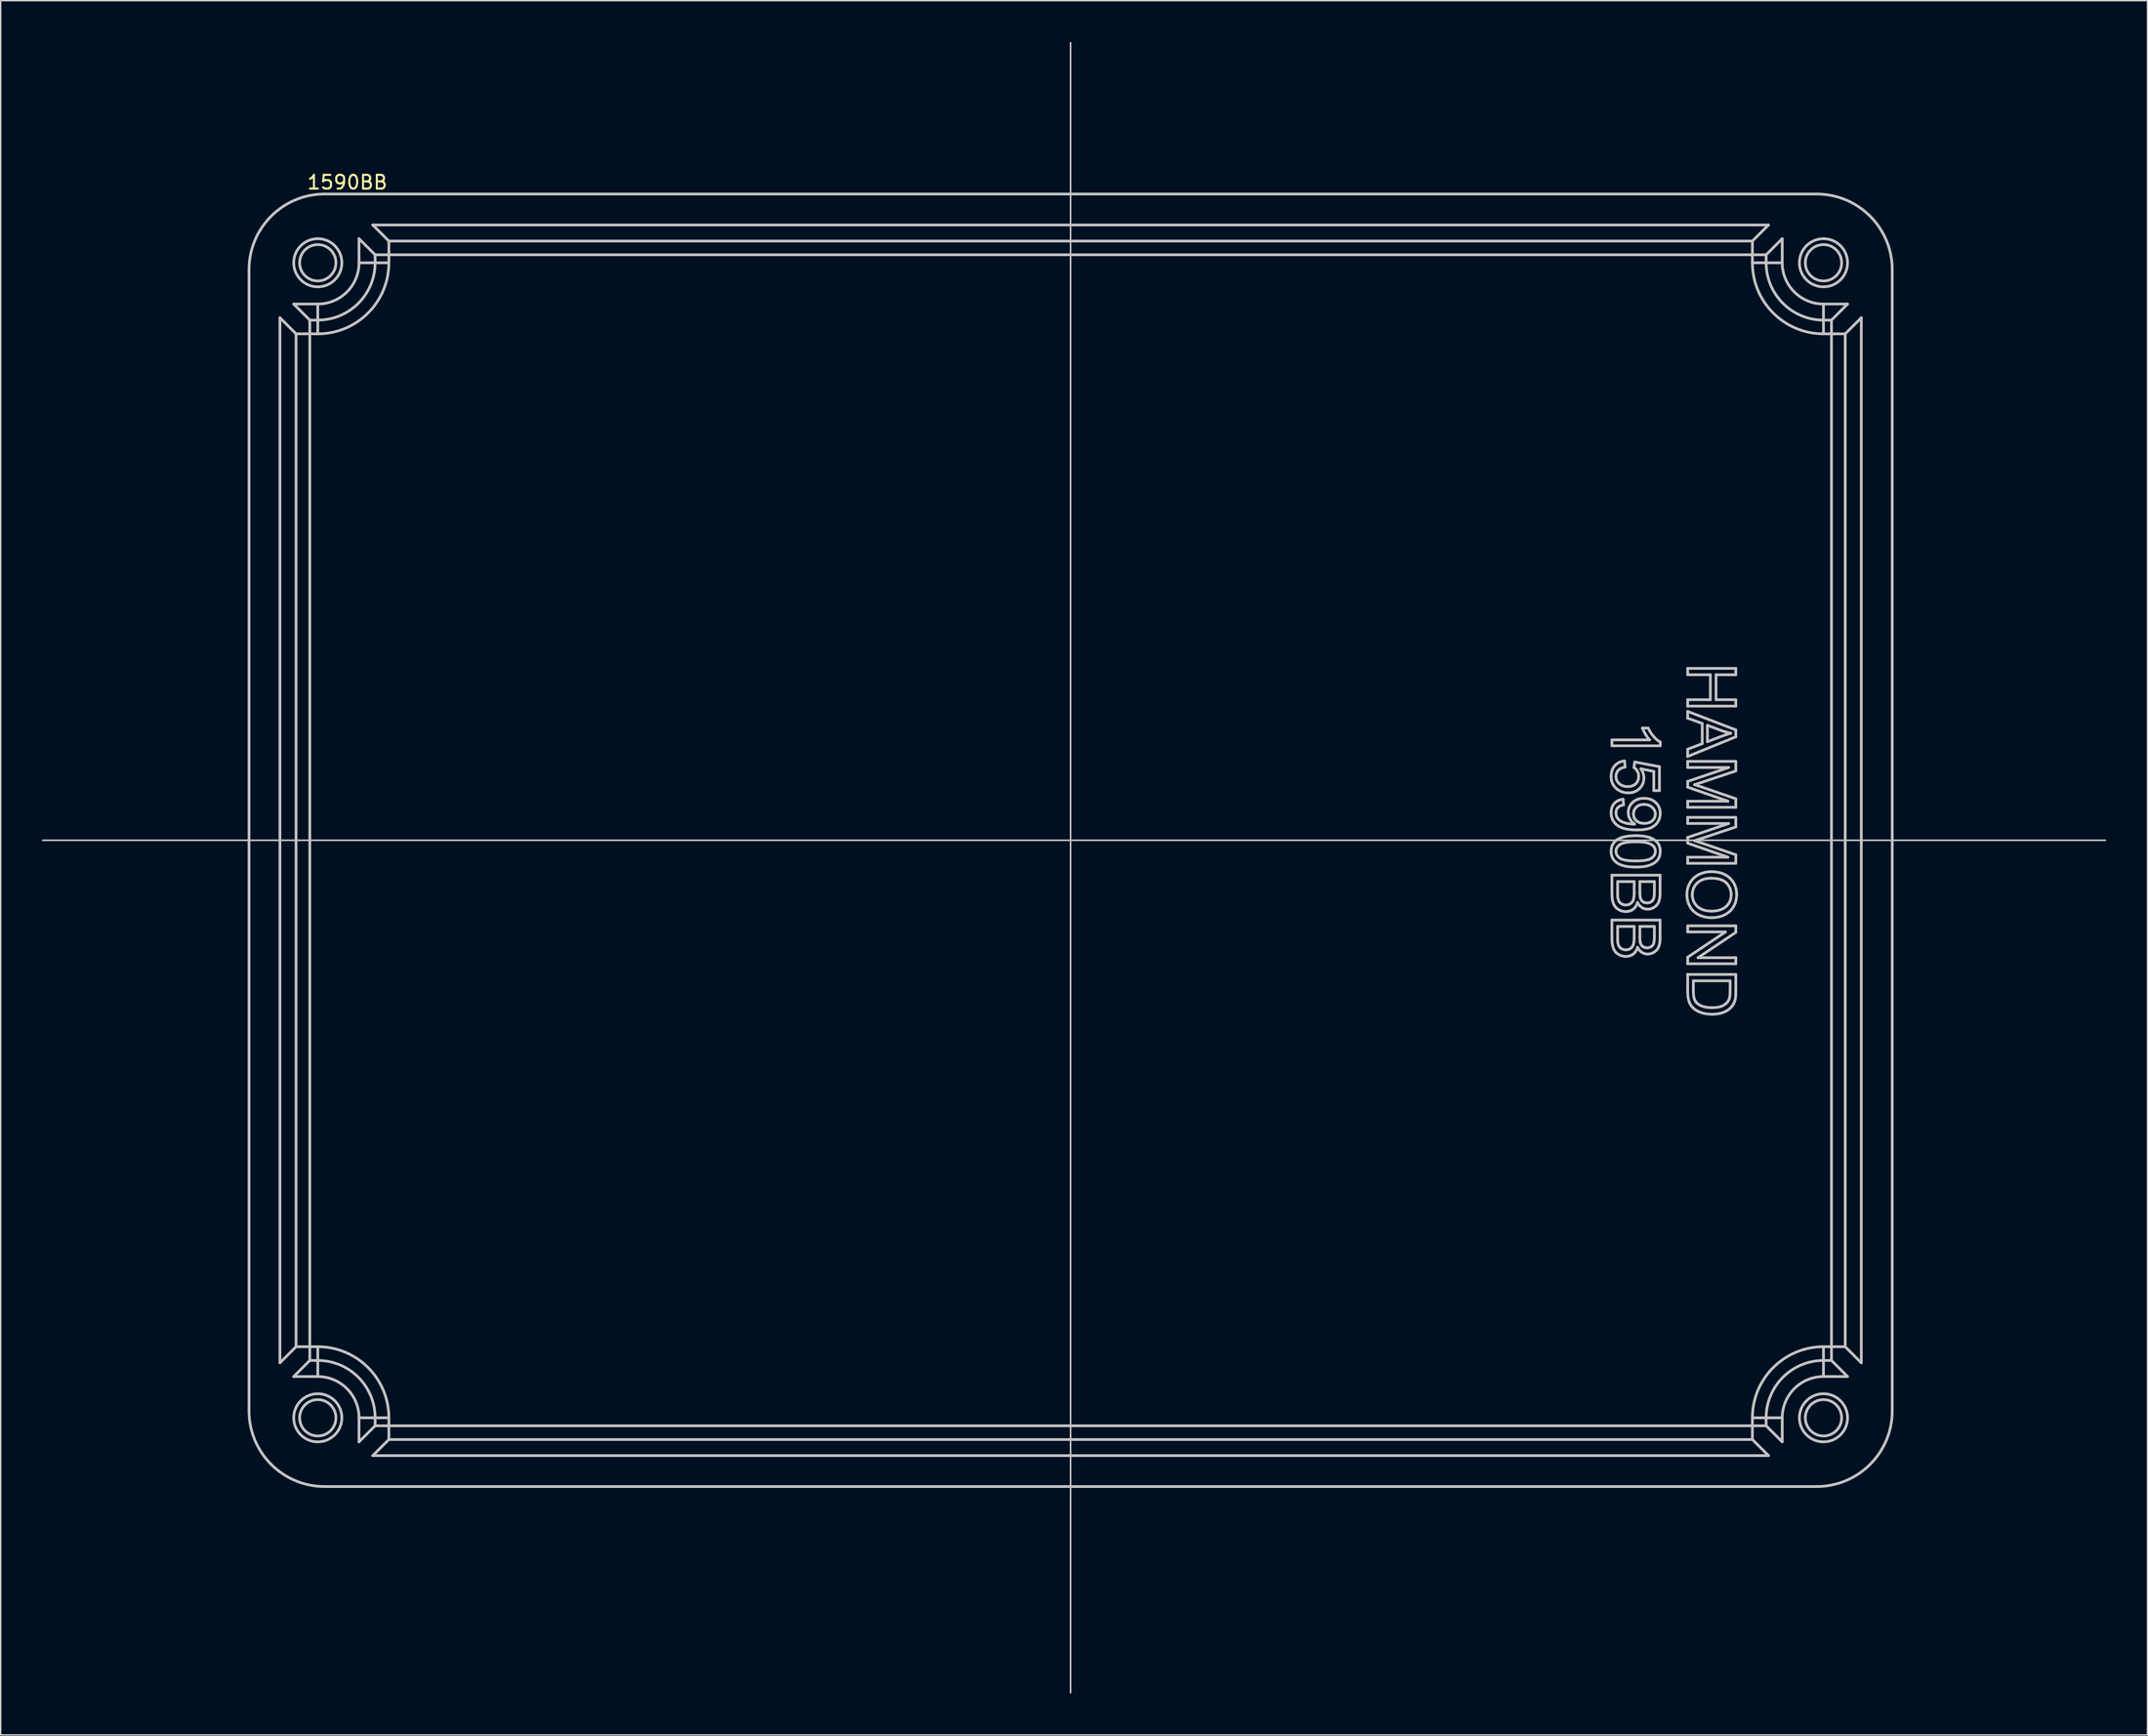
<source format=kicad_pcb>
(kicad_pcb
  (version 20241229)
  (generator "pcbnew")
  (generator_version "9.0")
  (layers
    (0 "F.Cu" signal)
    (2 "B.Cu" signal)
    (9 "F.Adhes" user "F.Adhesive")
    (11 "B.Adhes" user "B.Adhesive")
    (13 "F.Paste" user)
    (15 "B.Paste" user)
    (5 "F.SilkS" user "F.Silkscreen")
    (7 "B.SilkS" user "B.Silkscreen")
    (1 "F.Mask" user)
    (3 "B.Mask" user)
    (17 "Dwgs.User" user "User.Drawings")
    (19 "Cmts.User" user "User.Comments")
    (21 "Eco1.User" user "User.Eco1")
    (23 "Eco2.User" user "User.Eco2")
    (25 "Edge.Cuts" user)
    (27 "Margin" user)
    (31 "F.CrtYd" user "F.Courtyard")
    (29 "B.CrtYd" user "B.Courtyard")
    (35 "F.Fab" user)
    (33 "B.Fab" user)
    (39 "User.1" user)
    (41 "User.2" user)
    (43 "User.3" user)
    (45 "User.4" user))
  (footprint "1590BB"
    (layer "F.Cu")
    (at 20.06 100.06)
    (property "Reference" "1590BB" (at 2.15 -89.85 0) (layer "F.SilkS") (effects (font (size 1 1) (thickness 0.15))))
    (attr through_hole)
    (fp_line (start -20 -42) (end 130 -42) (stroke (width 0.12) (type solid)) (layer "Dwgs.User"))
    (fp_line (start -5 -83.5) (end -5 -0.5) (stroke (width 0.2) (type solid)) (layer "Dwgs.User"))
    (fp_line (start -2.75 -80.001) (end -1.58 -78.831) (stroke (width 0.2) (type solid)) (layer "Dwgs.User"))
    (fp_line (start -2.75 -3.999) (end -2.75 -80.001) (stroke (width 0.2) (type solid)) (layer "Dwgs.User"))
    (fp_line (start -1.751 -81) (end 0 -81) (stroke (width 0.2) (type solid)) (layer "Dwgs.User"))
    (fp_line (start -1.751 -3) (end -0.581 -4.17) (stroke (width 0.2) (type solid)) (layer "Dwgs.User"))
    (fp_line (start -1.58 -78.831) (end -1.58 -5.169) (stroke (width 0.2) (type solid)) (layer "Dwgs.User"))
    (fp_line (start -1.58 -78.831) (end -0.581 -78.831) (stroke (width 0.2) (type solid)) (layer "Dwgs.User"))
    (fp_line (start -1.58 -5.169) (end -2.75 -3.999) (stroke (width 0.2) (type solid)) (layer "Dwgs.User"))
    (fp_line (start -0.581 -79.83) (end -1.751 -81) (stroke (width 0.2) (type solid)) (layer "Dwgs.User"))
    (fp_line (start -0.581 -78.831) (end -0.581 -79.83) (stroke (width 0.2) (type solid)) (layer "Dwgs.User"))
    (fp_line (start -0.581 -78.831) (end 0 -78.831) (stroke (width 0.2) (type solid)) (layer "Dwgs.User"))
    (fp_line (start -0.581 -5.169) (end -1.58 -5.169) (stroke (width 0.2) (type solid)) (layer "Dwgs.User"))
    (fp_line (start -0.581 -5.169) (end -0.581 -78.831) (stroke (width 0.2) (type solid)) (layer "Dwgs.User"))
    (fp_line (start -0.581 -4.17) (end -0.581 -5.169) (stroke (width 0.2) (type solid)) (layer "Dwgs.User"))
    (fp_line (start -0.581 -4.17) (end 0 -4.17) (stroke (width 0.2) (type solid)) (layer "Dwgs.User"))
    (fp_line (start 0 -81) (end 0 -79.83) (stroke (width 0.2) (type solid)) (layer "Dwgs.User"))
    (fp_line (start 0 -79.83) (end -0.581 -79.83) (stroke (width 0.2) (type solid)) (layer "Dwgs.User"))
    (fp_line (start 0 -79.83) (end 0 -78.831) (stroke (width 0.2) (type solid)) (layer "Dwgs.User"))
    (fp_line (start 0 -5.169) (end -0.581 -5.169) (stroke (width 0.2) (type solid)) (layer "Dwgs.User"))
    (fp_line (start 0 -4.17) (end 0 -5.169) (stroke (width 0.2) (type solid)) (layer "Dwgs.User"))
    (fp_line (start 0 -3) (end -1.751 -3) (stroke (width 0.2) (type solid)) (layer "Dwgs.User"))
    (fp_line (start 0 -3) (end 0 -4.17) (stroke (width 0.2) (type solid)) (layer "Dwgs.User"))
    (fp_line (start 0.5 5) (end 109 5) (stroke (width 0.2) (type solid)) (layer "Dwgs.User"))
    (fp_line (start 3 -85.751) (end 4.17 -84.581) (stroke (width 0.2) (type solid)) (layer "Dwgs.User"))
    (fp_line (start 3 -84) (end 3 -85.751) (stroke (width 0.2) (type solid)) (layer "Dwgs.User"))
    (fp_line (start 3 -84) (end 4.17 -84) (stroke (width 0.2) (type solid)) (layer "Dwgs.User"))
    (fp_line (start 3 0) (end 4.17 0) (stroke (width 0.2) (type solid)) (layer "Dwgs.User"))
    (fp_line (start 3 1.751) (end 3 0) (stroke (width 0.2) (type solid)) (layer "Dwgs.User"))
    (fp_line (start 3.999 -86.75) (end 105.501 -86.75) (stroke (width 0.2) (type solid)) (layer "Dwgs.User"))
    (fp_line (start 3.999 2.75) (end 5.169 1.58) (stroke (width 0.2) (type solid)) (layer "Dwgs.User"))
    (fp_line (start 4.17 -84.581) (end 4.17 -84) (stroke (width 0.2) (type solid)) (layer "Dwgs.User"))
    (fp_line (start 4.17 -84.581) (end 5.169 -84.581) (stroke (width 0.2) (type solid)) (layer "Dwgs.User"))
    (fp_line (start 4.17 -84) (end 5.169 -84) (stroke (width 0.2) (type solid)) (layer "Dwgs.User"))
    (fp_line (start 4.17 0) (end 4.17 0.581) (stroke (width 0.2) (type solid)) (layer "Dwgs.User"))
    (fp_line (start 4.17 0) (end 5.169 0) (stroke (width 0.2) (type solid)) (layer "Dwgs.User"))
    (fp_line (start 4.17 0.581) (end 3 1.751) (stroke (width 0.2) (type solid)) (layer "Dwgs.User"))
    (fp_line (start 5.169 -85.58) (end 3.999 -86.75) (stroke (width 0.2) (type solid)) (layer "Dwgs.User"))
    (fp_line (start 5.169 -84.581) (end 5.169 -85.58) (stroke (width 0.2) (type solid)) (layer "Dwgs.User"))
    (fp_line (start 5.169 -84.581) (end 104.331 -84.581) (stroke (width 0.2) (type solid)) (layer "Dwgs.User"))
    (fp_line (start 5.169 -84) (end 5.169 -84.581) (stroke (width 0.2) (type solid)) (layer "Dwgs.User"))
    (fp_line (start 5.169 0.581) (end 4.17 0.581) (stroke (width 0.2) (type solid)) (layer "Dwgs.User"))
    (fp_line (start 5.169 0.581) (end 5.169 0) (stroke (width 0.2) (type solid)) (layer "Dwgs.User"))
    (fp_line (start 5.169 1.58) (end 5.169 0.581) (stroke (width 0.2) (type solid)) (layer "Dwgs.User"))
    (fp_line (start 5.169 1.58) (end 104.331 1.58) (stroke (width 0.2) (type solid)) (layer "Dwgs.User"))
    (fp_line (start 54.75 20) (end 54.75 -100) (stroke (width 0.12) (type solid)) (layer "Dwgs.User"))
    (fp_line (start 94.116 -49.302) (end 94.116 -48.872) (stroke (width 0.2) (type solid)) (layer "Dwgs.User"))
    (fp_line (start 94.116 -48.872) (end 97.629 -48.872) (stroke (width 0.2) (type solid)) (layer "Dwgs.User"))
    (fp_line (start 94.116 -39.461) (end 94.116 -38.127) (stroke (width 0.2) (type solid)) (layer "Dwgs.User"))
    (fp_line (start 94.116 -36.198) (end 94.116 -34.864) (stroke (width 0.2) (type solid)) (layer "Dwgs.User"))
    (fp_line (start 94.529 -38.996) (end 95.732 -38.996) (stroke (width 0.2) (type solid)) (layer "Dwgs.User"))
    (fp_line (start 94.529 -38.124) (end 94.529 -38.996) (stroke (width 0.2) (type solid)) (layer "Dwgs.User"))
    (fp_line (start 94.529 -35.734) (end 95.732 -35.734) (stroke (width 0.2) (type solid)) (layer "Dwgs.User"))
    (fp_line (start 94.529 -34.861) (end 94.529 -35.734) (stroke (width 0.2) (type solid)) (layer "Dwgs.User"))
    (fp_line (start 94.964 -44.575) (end 94.927 -44.988) (stroke (width 0.2) (type solid)) (layer "Dwgs.User"))
    (fp_line (start 95.071 -47.32) (end 95.033 -47.77) (stroke (width 0.2) (type solid)) (layer "Dwgs.User"))
    (fp_line (start 95.732 -38.996) (end 95.732 -38.188) (stroke (width 0.2) (type solid)) (layer "Dwgs.User"))
    (fp_line (start 95.732 -35.734) (end 95.732 -34.926) (stroke (width 0.2) (type solid)) (layer "Dwgs.User"))
    (fp_line (start 95.772 -47.693) (end 95.719 -47.29) (stroke (width 0.2) (type solid)) (layer "Dwgs.User"))
    (fp_line (start 96.146 -38.996) (end 97.202 -38.996) (stroke (width 0.2) (type solid)) (layer "Dwgs.User"))
    (fp_line (start 96.146 -38.241) (end 96.146 -38.996) (stroke (width 0.2) (type solid)) (layer "Dwgs.User"))
    (fp_line (start 96.146 -35.734) (end 97.202 -35.734) (stroke (width 0.2) (type solid)) (layer "Dwgs.User"))
    (fp_line (start 96.146 -34.979) (end 96.146 -35.734) (stroke (width 0.2) (type solid)) (layer "Dwgs.User"))
    (fp_line (start 96.22 -47.2) (end 97.159 -47.01) (stroke (width 0.2) (type solid)) (layer "Dwgs.User"))
    (fp_line (start 96.751 -50.161) (end 96.335 -50.161) (stroke (width 0.2) (type solid)) (layer "Dwgs.User"))
    (fp_line (start 96.853 -49.302) (end 94.116 -49.302) (stroke (width 0.2) (type solid)) (layer "Dwgs.User"))
    (fp_line (start 97.159 -47.01) (end 97.159 -45.615) (stroke (width 0.2) (type solid)) (layer "Dwgs.User"))
    (fp_line (start 97.159 -45.615) (end 97.57 -45.615) (stroke (width 0.2) (type solid)) (layer "Dwgs.User"))
    (fp_line (start 97.202 -38.996) (end 97.202 -38.297) (stroke (width 0.2) (type solid)) (layer "Dwgs.User"))
    (fp_line (start 97.202 -35.734) (end 97.202 -35.035) (stroke (width 0.2) (type solid)) (layer "Dwgs.User"))
    (fp_line (start 97.57 -47.354) (end 95.772 -47.693) (stroke (width 0.2) (type solid)) (layer "Dwgs.User"))
    (fp_line (start 97.57 -45.615) (end 97.57 -47.354) (stroke (width 0.2) (type solid)) (layer "Dwgs.User"))
    (fp_line (start 97.616 -39.461) (end 94.116 -39.461) (stroke (width 0.2) (type solid)) (layer "Dwgs.User"))
    (fp_line (start 97.616 -38.148) (end 97.616 -39.461) (stroke (width 0.2) (type solid)) (layer "Dwgs.User"))
    (fp_line (start 97.616 -36.198) (end 94.116 -36.198) (stroke (width 0.2) (type solid)) (layer "Dwgs.User"))
    (fp_line (start 97.616 -34.886) (end 97.616 -36.198) (stroke (width 0.2) (type solid)) (layer "Dwgs.User"))
    (fp_line (start 97.629 -48.872) (end 97.629 -49.15) (stroke (width 0.2) (type solid)) (layer "Dwgs.User"))
    (fp_line (start 99.624 -54.502) (end 99.624 -54.038) (stroke (width 0.2) (type solid)) (layer "Dwgs.User"))
    (fp_line (start 99.624 -54.038) (end 101.272 -54.038) (stroke (width 0.2) (type solid)) (layer "Dwgs.User"))
    (fp_line (start 99.624 -52.224) (end 99.624 -51.76) (stroke (width 0.2) (type solid)) (layer "Dwgs.User"))
    (fp_line (start 99.624 -51.76) (end 103.124 -51.76) (stroke (width 0.2) (type solid)) (layer "Dwgs.User"))
    (fp_line (start 99.624 -51.37) (end 99.624 -50.88) (stroke (width 0.2) (type solid)) (layer "Dwgs.User"))
    (fp_line (start 99.624 -50.88) (end 100.683 -50.495) (stroke (width 0.2) (type solid)) (layer "Dwgs.User"))
    (fp_line (start 99.624 -48.623) (end 99.624 -48.095) (stroke (width 0.2) (type solid)) (layer "Dwgs.User"))
    (fp_line (start 99.624 -48.095) (end 103.124 -49.524) (stroke (width 0.2) (type solid)) (layer "Dwgs.User"))
    (fp_line (start 99.624 -47.74) (end 99.624 -47.294) (stroke (width 0.2) (type solid)) (layer "Dwgs.User"))
    (fp_line (start 99.624 -47.294) (end 102.603 -47.294) (stroke (width 0.2) (type solid)) (layer "Dwgs.User"))
    (fp_line (start 99.624 -46.281) (end 99.624 -45.864) (stroke (width 0.2) (type solid)) (layer "Dwgs.User"))
    (fp_line (start 99.624 -45.864) (end 102.553 -44.843) (stroke (width 0.2) (type solid)) (layer "Dwgs.User"))
    (fp_line (start 99.624 -44.843) (end 99.624 -44.397) (stroke (width 0.2) (type solid)) (layer "Dwgs.User"))
    (fp_line (start 99.624 -44.397) (end 103.124 -44.397) (stroke (width 0.2) (type solid)) (layer "Dwgs.User"))
    (fp_line (start 99.624 -43.666) (end 99.624 -43.221) (stroke (width 0.2) (type solid)) (layer "Dwgs.User"))
    (fp_line (start 99.624 -43.221) (end 102.603 -43.221) (stroke (width 0.2) (type solid)) (layer "Dwgs.User"))
    (fp_line (start 99.624 -42.207) (end 99.624 -41.791) (stroke (width 0.2) (type solid)) (layer "Dwgs.User"))
    (fp_line (start 99.624 -41.791) (end 102.553 -40.769) (stroke (width 0.2) (type solid)) (layer "Dwgs.User"))
    (fp_line (start 99.624 -40.769) (end 99.624 -40.324) (stroke (width 0.2) (type solid)) (layer "Dwgs.User"))
    (fp_line (start 99.624 -40.324) (end 103.124 -40.324) (stroke (width 0.2) (type solid)) (layer "Dwgs.User"))
    (fp_line (start 99.624 -35.778) (end 99.624 -35.335) (stroke (width 0.2) (type solid)) (layer "Dwgs.User"))
    (fp_line (start 99.624 -35.335) (end 102.371 -35.335) (stroke (width 0.2) (type solid)) (layer "Dwgs.User"))
    (fp_line (start 99.624 -33.494) (end 99.624 -33.019) (stroke (width 0.2) (type solid)) (layer "Dwgs.User"))
    (fp_line (start 99.624 -33.019) (end 103.124 -33.019) (stroke (width 0.2) (type solid)) (layer "Dwgs.User"))
    (fp_line (start 99.624 -32.243) (end 99.624 -30.979) (stroke (width 0.2) (type solid)) (layer "Dwgs.User"))
    (fp_line (start 100.037 -31.779) (end 102.71 -31.779) (stroke (width 0.2) (type solid)) (layer "Dwgs.User"))
    (fp_line (start 100.037 -31.032) (end 100.037 -31.779) (stroke (width 0.2) (type solid)) (layer "Dwgs.User"))
    (fp_line (start 100.376 -33.462) (end 103.124 -35.303) (stroke (width 0.2) (type solid)) (layer "Dwgs.User"))
    (fp_line (start 100.645 -46.214) (end 103.124 -47.043) (stroke (width 0.2) (type solid)) (layer "Dwgs.User"))
    (fp_line (start 100.645 -42.14) (end 103.124 -42.97) (stroke (width 0.2) (type solid)) (layer "Dwgs.User"))
    (fp_line (start 100.683 -50.495) (end 100.683 -49.028) (stroke (width 0.2) (type solid)) (layer "Dwgs.User"))
    (fp_line (start 100.683 -49.028) (end 99.624 -48.623) (stroke (width 0.2) (type solid)) (layer "Dwgs.User"))
    (fp_line (start 101.059 -50.362) (end 102.086 -49.975) (stroke (width 0.2) (type solid)) (layer "Dwgs.User"))
    (fp_line (start 101.059 -49.172) (end 101.059 -50.362) (stroke (width 0.2) (type solid)) (layer "Dwgs.User"))
    (fp_line (start 101.272 -54.038) (end 101.272 -52.224) (stroke (width 0.2) (type solid)) (layer "Dwgs.User"))
    (fp_line (start 101.272 -52.224) (end 99.624 -52.224) (stroke (width 0.2) (type solid)) (layer "Dwgs.User"))
    (fp_line (start 101.686 -54.038) (end 103.124 -54.038) (stroke (width 0.2) (type solid)) (layer "Dwgs.User"))
    (fp_line (start 101.686 -52.224) (end 101.686 -54.038) (stroke (width 0.2) (type solid)) (layer "Dwgs.User"))
    (fp_line (start 102.03 -49.54) (end 101.059 -49.172) (stroke (width 0.2) (type solid)) (layer "Dwgs.User"))
    (fp_line (start 102.371 -35.335) (end 99.624 -33.494) (stroke (width 0.2) (type solid)) (layer "Dwgs.User"))
    (fp_line (start 102.553 -44.843) (end 99.624 -44.843) (stroke (width 0.2) (type solid)) (layer "Dwgs.User"))
    (fp_line (start 102.553 -40.769) (end 99.624 -40.769) (stroke (width 0.2) (type solid)) (layer "Dwgs.User"))
    (fp_line (start 102.603 -47.294) (end 99.624 -46.281) (stroke (width 0.2) (type solid)) (layer "Dwgs.User"))
    (fp_line (start 102.603 -43.221) (end 99.624 -42.207) (stroke (width 0.2) (type solid)) (layer "Dwgs.User"))
    (fp_line (start 102.71 -31.779) (end 102.71 -31.043) (stroke (width 0.2) (type solid)) (layer "Dwgs.User"))
    (fp_line (start 103.124 -54.502) (end 99.624 -54.502) (stroke (width 0.2) (type solid)) (layer "Dwgs.User"))
    (fp_line (start 103.124 -54.038) (end 103.124 -54.502) (stroke (width 0.2) (type solid)) (layer "Dwgs.User"))
    (fp_line (start 103.124 -52.224) (end 101.686 -52.224) (stroke (width 0.2) (type solid)) (layer "Dwgs.User"))
    (fp_line (start 103.124 -51.76) (end 103.124 -52.224) (stroke (width 0.2) (type solid)) (layer "Dwgs.User"))
    (fp_line (start 103.124 -50.026) (end 99.624 -51.37) (stroke (width 0.2) (type solid)) (layer "Dwgs.User"))
    (fp_line (start 103.124 -49.524) (end 103.124 -50.026) (stroke (width 0.2) (type solid)) (layer "Dwgs.User"))
    (fp_line (start 103.124 -47.74) (end 99.624 -47.74) (stroke (width 0.2) (type solid)) (layer "Dwgs.User"))
    (fp_line (start 103.124 -47.043) (end 103.124 -47.74) (stroke (width 0.2) (type solid)) (layer "Dwgs.User"))
    (fp_line (start 103.124 -45.019) (end 100.688 -45.859) (stroke (width 0.2) (type solid)) (layer "Dwgs.User"))
    (fp_line (start 103.124 -44.397) (end 103.124 -45.019) (stroke (width 0.2) (type solid)) (layer "Dwgs.User"))
    (fp_line (start 103.124 -43.666) (end 99.624 -43.666) (stroke (width 0.2) (type solid)) (layer "Dwgs.User"))
    (fp_line (start 103.124 -42.97) (end 103.124 -43.666) (stroke (width 0.2) (type solid)) (layer "Dwgs.User"))
    (fp_line (start 103.124 -40.945) (end 100.688 -41.785) (stroke (width 0.2) (type solid)) (layer "Dwgs.User"))
    (fp_line (start 103.124 -40.324) (end 103.124 -40.945) (stroke (width 0.2) (type solid)) (layer "Dwgs.User"))
    (fp_line (start 103.124 -35.778) (end 99.624 -35.778) (stroke (width 0.2) (type solid)) (layer "Dwgs.User"))
    (fp_line (start 103.124 -35.303) (end 103.124 -35.778) (stroke (width 0.2) (type solid)) (layer "Dwgs.User"))
    (fp_line (start 103.124 -33.462) (end 100.376 -33.462) (stroke (width 0.2) (type solid)) (layer "Dwgs.User"))
    (fp_line (start 103.124 -33.019) (end 103.124 -33.462) (stroke (width 0.2) (type solid)) (layer "Dwgs.User"))
    (fp_line (start 103.124 -32.243) (end 99.624 -32.243) (stroke (width 0.2) (type solid)) (layer "Dwgs.User"))
    (fp_line (start 103.124 -31.037) (end 103.124 -32.243) (stroke (width 0.2) (type solid)) (layer "Dwgs.User"))
    (fp_line (start 104.331 -85.58) (end 5.169 -85.58) (stroke (width 0.2) (type solid)) (layer "Dwgs.User"))
    (fp_line (start 104.331 -85.58) (end 104.331 -84.581) (stroke (width 0.2) (type solid)) (layer "Dwgs.User"))
    (fp_line (start 104.331 -84.581) (end 104.331 -84) (stroke (width 0.2) (type solid)) (layer "Dwgs.User"))
    (fp_line (start 104.331 -84.581) (end 105.33 -84.581) (stroke (width 0.2) (type solid)) (layer "Dwgs.User"))
    (fp_line (start 104.331 -84) (end 105.33 -84) (stroke (width 0.2) (type solid)) (layer "Dwgs.User"))
    (fp_line (start 104.331 0) (end 104.331 0.581) (stroke (width 0.2) (type solid)) (layer "Dwgs.User"))
    (fp_line (start 104.331 0) (end 105.33 0) (stroke (width 0.2) (type solid)) (layer "Dwgs.User"))
    (fp_line (start 104.331 0.581) (end 5.169 0.581) (stroke (width 0.2) (type solid)) (layer "Dwgs.User"))
    (fp_line (start 104.331 0.581) (end 104.331 1.58) (stroke (width 0.2) (type solid)) (layer "Dwgs.User"))
    (fp_line (start 104.331 1.58) (end 105.501 2.75) (stroke (width 0.2) (type solid)) (layer "Dwgs.User"))
    (fp_line (start 105.33 -84.581) (end 106.5 -85.751) (stroke (width 0.2) (type solid)) (layer "Dwgs.User"))
    (fp_line (start 105.33 -84) (end 105.33 -84.581) (stroke (width 0.2) (type solid)) (layer "Dwgs.User"))
    (fp_line (start 105.33 0.581) (end 104.331 0.581) (stroke (width 0.2) (type solid)) (layer "Dwgs.User"))
    (fp_line (start 105.33 0.581) (end 105.33 0) (stroke (width 0.2) (type solid)) (layer "Dwgs.User"))
    (fp_line (start 105.501 -86.75) (end 104.331 -85.58) (stroke (width 0.2) (type solid)) (layer "Dwgs.User"))
    (fp_line (start 105.501 2.75) (end 3.999 2.75) (stroke (width 0.2) (type solid)) (layer "Dwgs.User"))
    (fp_line (start 106.5 -85.751) (end 106.5 -84) (stroke (width 0.2) (type solid)) (layer "Dwgs.User"))
    (fp_line (start 106.5 -84) (end 105.33 -84) (stroke (width 0.2) (type solid)) (layer "Dwgs.User"))
    (fp_line (start 106.5 0) (end 105.33 0) (stroke (width 0.2) (type solid)) (layer "Dwgs.User"))
    (fp_line (start 106.5 0) (end 106.5 1.751) (stroke (width 0.2) (type solid)) (layer "Dwgs.User"))
    (fp_line (start 106.5 1.751) (end 105.33 0.581) (stroke (width 0.2) (type solid)) (layer "Dwgs.User"))
    (fp_line (start 109 -89) (end 0.5 -89) (stroke (width 0.2) (type solid)) (layer "Dwgs.User"))
    (fp_line (start 109.5 -81) (end 109.5 -79.83) (stroke (width 0.2) (type solid)) (layer "Dwgs.User"))
    (fp_line (start 109.5 -81) (end 111.251 -81) (stroke (width 0.2) (type solid)) (layer "Dwgs.User"))
    (fp_line (start 109.5 -78.831) (end 109.5 -79.83) (stroke (width 0.2) (type solid)) (layer "Dwgs.User"))
    (fp_line (start 109.5 -78.831) (end 110.081 -78.831) (stroke (width 0.2) (type solid)) (layer "Dwgs.User"))
    (fp_line (start 109.5 -5.169) (end 109.5 -4.17) (stroke (width 0.2) (type solid)) (layer "Dwgs.User"))
    (fp_line (start 109.5 -4.17) (end 110.081 -4.17) (stroke (width 0.2) (type solid)) (layer "Dwgs.User"))
    (fp_line (start 109.5 -3) (end 109.5 -4.17) (stroke (width 0.2) (type solid)) (layer "Dwgs.User"))
    (fp_line (start 110.081 -79.83) (end 109.5 -79.83) (stroke (width 0.2) (type solid)) (layer "Dwgs.User"))
    (fp_line (start 110.081 -79.83) (end 110.081 -78.831) (stroke (width 0.2) (type solid)) (layer "Dwgs.User"))
    (fp_line (start 110.081 -78.831) (end 110.081 -5.169) (stroke (width 0.2) (type solid)) (layer "Dwgs.User"))
    (fp_line (start 110.081 -78.831) (end 111.08 -78.831) (stroke (width 0.2) (type solid)) (layer "Dwgs.User"))
    (fp_line (start 110.081 -5.169) (end 109.5 -5.169) (stroke (width 0.2) (type solid)) (layer "Dwgs.User"))
    (fp_line (start 110.081 -5.169) (end 110.081 -4.17) (stroke (width 0.2) (type solid)) (layer "Dwgs.User"))
    (fp_line (start 110.081 -4.17) (end 111.251 -3) (stroke (width 0.2) (type solid)) (layer "Dwgs.User"))
    (fp_line (start 111.08 -78.831) (end 112.25 -80.001) (stroke (width 0.2) (type solid)) (layer "Dwgs.User"))
    (fp_line (start 111.08 -5.169) (end 110.081 -5.169) (stroke (width 0.2) (type solid)) (layer "Dwgs.User"))
    (fp_line (start 111.08 -5.169) (end 111.08 -78.831) (stroke (width 0.2) (type solid)) (layer "Dwgs.User"))
    (fp_line (start 111.251 -81) (end 110.081 -79.83) (stroke (width 0.2) (type solid)) (layer "Dwgs.User"))
    (fp_line (start 111.251 -3) (end 109.5 -3) (stroke (width 0.2) (type solid)) (layer "Dwgs.User"))
    (fp_line (start 112.25 -80.001) (end 112.25 -3.999) (stroke (width 0.2) (type solid)) (layer "Dwgs.User"))
    (fp_line (start 112.25 -3.999) (end 111.08 -5.169) (stroke (width 0.2) (type solid)) (layer "Dwgs.User"))
    (fp_line (start 114.5 -0.5) (end 114.5 -83.5) (stroke (width 0.2) (type solid)) (layer "Dwgs.User"))
    (fp_arc (start -5 -83.5) (mid -3.389087 -87.389087) (end 0.5 -89) (stroke (width 0.2) (type solid)) (layer "Dwgs.User"))
    (fp_arc (start 0 -5.168883) (mid 3.654952 -3.654952) (end 5.168883 0) (stroke (width 0.2) (type solid)) (layer "Dwgs.User"))
    (fp_arc (start 0 -4.169835) (mid 2.948519 -2.948519) (end 4.169835 0) (stroke (width 0.2) (type solid)) (layer "Dwgs.User"))
    (fp_arc (start 0 -3) (mid 2.12132 -2.12132) (end 3 0) (stroke (width 0.2) (type solid)) (layer "Dwgs.User"))
    (fp_arc (start 0.5 5) (mid -3.389087 3.389087) (end -5 -0.5) (stroke (width 0.2) (type solid)) (layer "Dwgs.User"))
    (fp_arc (start 3 -84) (mid 2.12132 -81.87868) (end 0 -81) (stroke (width 0.2) (type solid)) (layer "Dwgs.User"))
    (fp_arc (start 4.169834 -84) (mid 2.948518 -81.051482) (end 0 -79.830166) (stroke (width 0.2) (type solid)) (layer "Dwgs.User"))
    (fp_arc (start 5.168883 -84) (mid 3.654952 -80.345048) (end 0 -78.831117) (stroke (width 0.2) (type solid)) (layer "Dwgs.User"))
    (fp_arc (start 104.331117 0) (mid 105.845048 -3.654952) (end 109.5 -5.168883) (stroke (width 0.2) (type solid)) (layer "Dwgs.User"))
    (fp_arc (start 105.330165 0) (mid 106.551481 -2.948519) (end 109.5 -4.169835) (stroke (width 0.2) (type solid)) (layer "Dwgs.User"))
    (fp_arc (start 106.5 0) (mid 107.37868 -2.12132) (end 109.5 -3) (stroke (width 0.2) (type solid)) (layer "Dwgs.User"))
    (fp_arc (start 109 -89) (mid 112.889087 -87.389087) (end 114.5 -83.5) (stroke (width 0.2) (type solid)) (layer "Dwgs.User"))
    (fp_arc (start 109.5 -81) (mid 107.37868 -81.87868) (end 106.5 -84) (stroke (width 0.2) (type solid)) (layer "Dwgs.User"))
    (fp_arc (start 109.5 -79.830166) (mid 106.551482 -81.051482) (end 105.330166 -84) (stroke (width 0.2) (type solid)) (layer "Dwgs.User"))
    (fp_arc (start 109.5 -78.831117) (mid 105.845048 -80.345048) (end 104.331117 -84) (stroke (width 0.2) (type solid)) (layer "Dwgs.User"))
    (fp_arc (start 114.5 -0.5) (mid 112.889087 3.389087) (end 109 5) (stroke (width 0.2) (type solid)) (layer "Dwgs.User"))
    (fp_circle (center 0 -84) (end 1.321 -84) (stroke (width 0.2) (type solid)) (fill no) (layer "Dwgs.User"))
    (fp_circle (center 0 -84) (end 1.75 -84) (stroke (width 0.2) (type solid)) (fill no) (layer "Dwgs.User"))
    (fp_circle (center 0 0) (end 1.321 0) (stroke (width 0.2) (type solid)) (fill no) (layer "Dwgs.User"))
    (fp_circle (center 0 0) (end 1.75 0) (stroke (width 0.2) (type solid)) (fill no) (layer "Dwgs.User"))
    (fp_circle (center 109.5 -84) (end 110.821 -84) (stroke (width 0.2) (type solid)) (fill no) (layer "Dwgs.User"))
    (fp_circle (center 109.5 -84) (end 111.25 -84) (stroke (width 0.2) (type solid)) (fill no) (layer "Dwgs.User"))
    (fp_circle (center 109.5 0) (end 110.821 0) (stroke (width 0.2) (type solid)) (fill no) (layer "Dwgs.User"))
    (fp_circle (center 109.5 0) (end 111.25 0) (stroke (width 0.2) (type solid)) (fill no) (layer "Dwgs.User"))
    (fp_curve (pts (xy 94.057 -46.645) (xy 94.057 -46.539) (xy 94.067 -46.433) (xy 94.092 -46.33)) (stroke (width 0.2) (type solid)) (layer "Dwgs.User"))
    (fp_curve (pts (xy 94.057 -44.006) (xy 94.057 -43.915) (xy 94.066 -43.825) (xy 94.085 -43.736)) (stroke (width 0.2) (type solid)) (layer "Dwgs.User"))
    (fp_curve (pts (xy 94.057 -41.192) (xy 94.057 -41.108) (xy 94.064 -41.024) (xy 94.082 -40.942)) (stroke (width 0.2) (type solid)) (layer "Dwgs.User"))
    (fp_curve (pts (xy 94.082 -40.942) (xy 94.098 -40.866) (xy 94.123 -40.792) (xy 94.157 -40.723)) (stroke (width 0.2) (type solid)) (layer "Dwgs.User"))
    (fp_curve (pts (xy 94.085 -43.736) (xy 94.103 -43.652) (xy 94.131 -43.57) (xy 94.169 -43.493)) (stroke (width 0.2) (type solid)) (layer "Dwgs.User"))
    (fp_curve (pts (xy 94.092 -46.33) (xy 94.115 -46.234) (xy 94.15 -46.143) (xy 94.197 -46.057)) (stroke (width 0.2) (type solid)) (layer "Dwgs.User"))
    (fp_curve (pts (xy 94.116 -38.127) (xy 94.116 -37.978) (xy 94.124 -37.819) (xy 94.15 -37.672)) (stroke (width 0.2) (type solid)) (layer "Dwgs.User"))
    (fp_curve (pts (xy 94.116 -34.864) (xy 94.116 -34.715) (xy 94.124 -34.557) (xy 94.15 -34.41)) (stroke (width 0.2) (type solid)) (layer "Dwgs.User"))
    (fp_curve (pts (xy 94.132 -44.426) (xy 94.078 -44.293) (xy 94.057 -44.15) (xy 94.057 -44.006)) (stroke (width 0.2) (type solid)) (layer "Dwgs.User"))
    (fp_curve (pts (xy 94.135 -41.616) (xy 94.079 -41.482) (xy 94.057 -41.338) (xy 94.057 -41.192)) (stroke (width 0.2) (type solid)) (layer "Dwgs.User"))
    (fp_curve (pts (xy 94.145 -47.135) (xy 94.082 -46.979) (xy 94.057 -46.812) (xy 94.057 -46.645)) (stroke (width 0.2) (type solid)) (layer "Dwgs.User"))
    (fp_curve (pts (xy 94.15 -37.672) (xy 94.178 -37.514) (xy 94.219 -37.407) (xy 94.254 -37.335)) (stroke (width 0.2) (type solid)) (layer "Dwgs.User"))
    (fp_curve (pts (xy 94.15 -34.41) (xy 94.178 -34.251) (xy 94.219 -34.145) (xy 94.254 -34.072)) (stroke (width 0.2) (type solid)) (layer "Dwgs.User"))
    (fp_curve (pts (xy 94.157 -40.723) (xy 94.186 -40.663) (xy 94.25 -40.551) (xy 94.381 -40.436)) (stroke (width 0.2) (type solid)) (layer "Dwgs.User"))
    (fp_curve (pts (xy 94.169 -43.493) (xy 94.22 -43.387) (xy 94.3 -43.264) (xy 94.43 -43.151)) (stroke (width 0.2) (type solid)) (layer "Dwgs.User"))
    (fp_curve (pts (xy 94.197 -46.057) (xy 94.269 -45.928) (xy 94.365 -45.819) (xy 94.481 -45.727)) (stroke (width 0.2) (type solid)) (layer "Dwgs.User"))
    (fp_curve (pts (xy 94.25 -41.817) (xy 94.203 -41.755) (xy 94.165 -41.688) (xy 94.135 -41.616)) (stroke (width 0.2) (type solid)) (layer "Dwgs.User"))
    (fp_curve (pts (xy 94.254 -37.335) (xy 94.313 -37.208) (xy 94.379 -37.134) (xy 94.426 -37.089)) (stroke (width 0.2) (type solid)) (layer "Dwgs.User"))
    (fp_curve (pts (xy 94.254 -34.072) (xy 94.313 -33.946) (xy 94.379 -33.871) (xy 94.426 -33.826)) (stroke (width 0.2) (type solid)) (layer "Dwgs.User"))
    (fp_curve (pts (xy 94.321 -44.713) (xy 94.255 -44.647) (xy 94.184 -44.554) (xy 94.132 -44.426)) (stroke (width 0.2) (type solid)) (layer "Dwgs.User"))
    (fp_curve (pts (xy 94.367 -47.472) (xy 94.301 -47.405) (xy 94.211 -47.298) (xy 94.145 -47.135)) (stroke (width 0.2) (type solid)) (layer "Dwgs.User"))
    (fp_curve (pts (xy 94.381 -40.436) (xy 94.509 -40.324) (xy 94.661 -40.244) (xy 94.822 -40.188)) (stroke (width 0.2) (type solid)) (layer "Dwgs.User"))
    (fp_curve (pts (xy 94.409 -46.647) (xy 94.409 -46.72) (xy 94.419 -46.792) (xy 94.442 -46.862)) (stroke (width 0.2) (type solid)) (layer "Dwgs.User"))
    (fp_curve (pts (xy 94.409 -43.996) (xy 94.409 -44.06) (xy 94.417 -44.124) (xy 94.436 -44.186)) (stroke (width 0.2) (type solid)) (layer "Dwgs.User"))
    (fp_curve (pts (xy 94.409 -41.192) (xy 94.409 -41.24) (xy 94.415 -41.288) (xy 94.427 -41.335)) (stroke (width 0.2) (type solid)) (layer "Dwgs.User"))
    (fp_curve (pts (xy 94.417 -41.987) (xy 94.355 -41.937) (xy 94.299 -41.881) (xy 94.25 -41.817)) (stroke (width 0.2) (type solid)) (layer "Dwgs.User"))
    (fp_curve (pts (xy 94.426 -37.089) (xy 94.544 -36.977) (xy 94.68 -36.916) (xy 94.731 -36.895)) (stroke (width 0.2) (type solid)) (layer "Dwgs.User"))
    (fp_curve (pts (xy 94.426 -33.826) (xy 94.544 -33.714) (xy 94.68 -33.653) (xy 94.731 -33.632)) (stroke (width 0.2) (type solid)) (layer "Dwgs.User"))
    (fp_curve (pts (xy 94.427 -41.335) (xy 94.439 -41.381) (xy 94.457 -41.425) (xy 94.481 -41.466)) (stroke (width 0.2) (type solid)) (layer "Dwgs.User"))
    (fp_curve (pts (xy 94.43 -43.151) (xy 94.59 -43.01) (xy 94.77 -42.931) (xy 94.906 -42.885)) (stroke (width 0.2) (type solid)) (layer "Dwgs.User"))
    (fp_curve (pts (xy 94.436 -44.186) (xy 94.454 -44.243) (xy 94.48 -44.296) (xy 94.516 -44.343)) (stroke (width 0.2) (type solid)) (layer "Dwgs.User"))
    (fp_curve (pts (xy 94.442 -46.862) (xy 94.464 -46.929) (xy 94.496 -46.99) (xy 94.539 -47.046)) (stroke (width 0.2) (type solid)) (layer "Dwgs.User"))
    (fp_curve (pts (xy 94.45 -40.983) (xy 94.422 -41.05) (xy 94.409 -41.12) (xy 94.409 -41.192)) (stroke (width 0.2) (type solid)) (layer "Dwgs.User"))
    (fp_curve (pts (xy 94.459 -43.729) (xy 94.424 -43.814) (xy 94.409 -43.904) (xy 94.409 -43.996)) (stroke (width 0.2) (type solid)) (layer "Dwgs.User"))
    (fp_curve (pts (xy 94.461 -46.373) (xy 94.425 -46.46) (xy 94.409 -46.552) (xy 94.409 -46.647)) (stroke (width 0.2) (type solid)) (layer "Dwgs.User"))
    (fp_curve (pts (xy 94.481 -41.466) (xy 94.526 -41.545) (xy 94.59 -41.611) (xy 94.662 -41.666)) (stroke (width 0.2) (type solid)) (layer "Dwgs.User"))
    (fp_curve (pts (xy 94.481 -45.727) (xy 94.595 -45.635) (xy 94.722 -45.566) (xy 94.861 -45.519)) (stroke (width 0.2) (type solid)) (layer "Dwgs.User"))
    (fp_curve (pts (xy 94.516 -44.343) (xy 94.553 -44.391) (xy 94.6 -44.435) (xy 94.667 -44.474)) (stroke (width 0.2) (type solid)) (layer "Dwgs.User"))
    (fp_curve (pts (xy 94.533 -37.933) (xy 94.53 -37.995) (xy 94.529 -38.063) (xy 94.529 -38.124)) (stroke (width 0.2) (type solid)) (layer "Dwgs.User"))
    (fp_curve (pts (xy 94.533 -34.671) (xy 94.53 -34.732) (xy 94.529 -34.8) (xy 94.529 -34.861)) (stroke (width 0.2) (type solid)) (layer "Dwgs.User"))
    (fp_curve (pts (xy 94.539 -47.046) (xy 94.6 -47.125) (xy 94.668 -47.175) (xy 94.729 -47.209)) (stroke (width 0.2) (type solid)) (layer "Dwgs.User"))
    (fp_curve (pts (xy 94.545 -37.809) (xy 94.538 -37.847) (xy 94.535 -37.896) (xy 94.533 -37.933)) (stroke (width 0.2) (type solid)) (layer "Dwgs.User"))
    (fp_curve (pts (xy 94.545 -34.547) (xy 94.538 -34.584) (xy 94.535 -34.633) (xy 94.533 -34.671)) (stroke (width 0.2) (type solid)) (layer "Dwgs.User"))
    (fp_curve (pts (xy 94.567 -40.806) (xy 94.518 -40.858) (xy 94.477 -40.917) (xy 94.45 -40.983)) (stroke (width 0.2) (type solid)) (layer "Dwgs.User"))
    (fp_curve (pts (xy 94.586 -43.532) (xy 94.545 -43.576) (xy 94.495 -43.642) (xy 94.459 -43.729)) (stroke (width 0.2) (type solid)) (layer "Dwgs.User"))
    (fp_curve (pts (xy 94.598 -44.901) (xy 94.494 -44.856) (xy 94.401 -44.794) (xy 94.321 -44.713)) (stroke (width 0.2) (type solid)) (layer "Dwgs.User"))
    (fp_curve (pts (xy 94.604 -46.157) (xy 94.544 -46.22) (xy 94.495 -46.292) (xy 94.461 -46.373)) (stroke (width 0.2) (type solid)) (layer "Dwgs.User"))
    (fp_curve (pts (xy 94.632 -37.556) (xy 94.588 -37.633) (xy 94.561 -37.722) (xy 94.545 -37.809)) (stroke (width 0.2) (type solid)) (layer "Dwgs.User"))
    (fp_curve (pts (xy 94.632 -34.293) (xy 94.588 -34.37) (xy 94.561 -34.459) (xy 94.545 -34.547)) (stroke (width 0.2) (type solid)) (layer "Dwgs.User"))
    (fp_curve (pts (xy 94.662 -41.666) (xy 94.718 -41.709) (xy 94.8 -41.763) (xy 94.971 -41.808)) (stroke (width 0.2) (type solid)) (layer "Dwgs.User"))
    (fp_curve (pts (xy 94.663 -47.676) (xy 94.552 -47.626) (xy 94.453 -47.558) (xy 94.367 -47.472)) (stroke (width 0.2) (type solid)) (layer "Dwgs.User"))
    (fp_curve (pts (xy 94.667 -44.474) (xy 94.757 -44.525) (xy 94.862 -44.556) (xy 94.964 -44.575)) (stroke (width 0.2) (type solid)) (layer "Dwgs.User"))
    (fp_curve (pts (xy 94.729 -47.209) (xy 94.833 -47.268) (xy 94.952 -47.301) (xy 95.071 -47.32)) (stroke (width 0.2) (type solid)) (layer "Dwgs.User"))
    (fp_curve (pts (xy 94.731 -36.895) (xy 94.858 -36.842) (xy 94.991 -36.817) (xy 95.129 -36.817)) (stroke (width 0.2) (type solid)) (layer "Dwgs.User"))
    (fp_curve (pts (xy 94.731 -33.632) (xy 94.858 -33.579) (xy 94.991 -33.554) (xy 95.129 -33.554)) (stroke (width 0.2) (type solid)) (layer "Dwgs.User"))
    (fp_curve (pts (xy 94.758 -37.414) (xy 94.689 -37.466) (xy 94.653 -37.519) (xy 94.632 -37.556)) (stroke (width 0.2) (type solid)) (layer "Dwgs.User"))
    (fp_curve (pts (xy 94.758 -34.151) (xy 94.689 -34.204) (xy 94.653 -34.257) (xy 94.632 -34.293)) (stroke (width 0.2) (type solid)) (layer "Dwgs.User"))
    (fp_curve (pts (xy 94.802 -40.637) (xy 94.684 -40.69) (xy 94.618 -40.753) (xy 94.567 -40.806)) (stroke (width 0.2) (type solid)) (layer "Dwgs.User"))
    (fp_curve (pts (xy 94.802 -42.191) (xy 94.665 -42.143) (xy 94.532 -42.077) (xy 94.417 -41.987)) (stroke (width 0.2) (type solid)) (layer "Dwgs.User"))
    (fp_curve (pts (xy 94.816 -43.361) (xy 94.748 -43.395) (xy 94.663 -43.447) (xy 94.586 -43.532)) (stroke (width 0.2) (type solid)) (layer "Dwgs.User"))
    (fp_curve (pts (xy 94.822 -40.188) (xy 94.985 -40.131) (xy 95.284 -40.053) (xy 95.842 -40.053)) (stroke (width 0.2) (type solid)) (layer "Dwgs.User"))
    (fp_curve (pts (xy 94.857 -45.982) (xy 94.735 -46.035) (xy 94.656 -46.103) (xy 94.604 -46.157)) (stroke (width 0.2) (type solid)) (layer "Dwgs.User"))
    (fp_curve (pts (xy 94.861 -45.519) (xy 95.004 -45.471) (xy 95.154 -45.45) (xy 95.305 -45.45)) (stroke (width 0.2) (type solid)) (layer "Dwgs.User"))
    (fp_curve (pts (xy 94.906 -42.885) (xy 95.204 -42.784) (xy 95.575 -42.752) (xy 95.938 -42.752)) (stroke (width 0.2) (type solid)) (layer "Dwgs.User"))
    (fp_curve (pts (xy 94.926 -37.325) (xy 94.849 -37.35) (xy 94.794 -37.386) (xy 94.758 -37.414)) (stroke (width 0.2) (type solid)) (layer "Dwgs.User"))
    (fp_curve (pts (xy 94.926 -34.063) (xy 94.849 -34.088) (xy 94.794 -34.124) (xy 94.758 -34.151)) (stroke (width 0.2) (type solid)) (layer "Dwgs.User"))
    (fp_curve (pts (xy 94.927 -44.988) (xy 94.814 -44.973) (xy 94.703 -44.946) (xy 94.598 -44.901)) (stroke (width 0.2) (type solid)) (layer "Dwgs.User"))
    (fp_curve (pts (xy 94.971 -41.808) (xy 95.218 -41.873) (xy 95.54 -41.891) (xy 95.842 -41.891)) (stroke (width 0.2) (type solid)) (layer "Dwgs.User"))
    (fp_curve (pts (xy 95.033 -47.77) (xy 94.905 -47.758) (xy 94.78 -47.729) (xy 94.663 -47.676)) (stroke (width 0.2) (type solid)) (layer "Dwgs.User"))
    (fp_curve (pts (xy 95.047 -45.925) (xy 94.982 -45.937) (xy 94.918 -45.956) (xy 94.857 -45.982)) (stroke (width 0.2) (type solid)) (layer "Dwgs.User"))
    (fp_curve (pts (xy 95.129 -36.817) (xy 95.206 -36.817) (xy 95.283 -36.825) (xy 95.358 -36.843)) (stroke (width 0.2) (type solid)) (layer "Dwgs.User"))
    (fp_curve (pts (xy 95.129 -33.554) (xy 95.206 -33.554) (xy 95.283 -33.562) (xy 95.358 -33.581)) (stroke (width 0.2) (type solid)) (layer "Dwgs.User"))
    (fp_curve (pts (xy 95.132 -37.294) (xy 95.062 -37.294) (xy 94.992 -37.303) (xy 94.926 -37.325)) (stroke (width 0.2) (type solid)) (layer "Dwgs.User"))
    (fp_curve (pts (xy 95.132 -34.032) (xy 95.062 -34.032) (xy 94.992 -34.041) (xy 94.926 -34.063)) (stroke (width 0.2) (type solid)) (layer "Dwgs.User"))
    (fp_curve (pts (xy 95.18 -40.537) (xy 95.045 -40.557) (xy 94.911 -40.588) (xy 94.802 -40.637)) (stroke (width 0.2) (type solid)) (layer "Dwgs.User"))
    (fp_curve (pts (xy 95.21 -43.23) (xy 95.117 -43.25) (xy 94.956 -43.291) (xy 94.816 -43.361)) (stroke (width 0.2) (type solid)) (layer "Dwgs.User"))
    (fp_curve (pts (xy 95.265 -45.906) (xy 95.192 -45.906) (xy 95.119 -45.911) (xy 95.047 -45.925)) (stroke (width 0.2) (type solid)) (layer "Dwgs.User"))
    (fp_curve (pts (xy 95.303 -44.017) (xy 95.303 -43.913) (xy 95.318 -43.811) (xy 95.351 -43.712)) (stroke (width 0.2) (type solid)) (layer "Dwgs.User"))
    (fp_curve (pts (xy 95.305 -45.45) (xy 95.392 -45.45) (xy 95.479 -45.457) (xy 95.564 -45.473)) (stroke (width 0.2) (type solid)) (layer "Dwgs.User"))
    (fp_curve (pts (xy 95.351 -43.712) (xy 95.389 -43.595) (xy 95.444 -43.504) (xy 95.492 -43.438)) (stroke (width 0.2) (type solid)) (layer "Dwgs.User"))
    (fp_curve (pts (xy 95.358 -36.843) (xy 95.429 -36.861) (xy 95.497 -36.887) (xy 95.561 -36.923)) (stroke (width 0.2) (type solid)) (layer "Dwgs.User"))
    (fp_curve (pts (xy 95.358 -33.581) (xy 95.429 -33.598) (xy 95.497 -33.624) (xy 95.561 -33.66)) (stroke (width 0.2) (type solid)) (layer "Dwgs.User"))
    (fp_curve (pts (xy 95.364 -37.338) (xy 95.29 -37.307) (xy 95.212 -37.294) (xy 95.132 -37.294)) (stroke (width 0.2) (type solid)) (layer "Dwgs.User"))
    (fp_curve (pts (xy 95.364 -34.075) (xy 95.29 -34.045) (xy 95.212 -34.032) (xy 95.132 -34.032)) (stroke (width 0.2) (type solid)) (layer "Dwgs.User"))
    (fp_curve (pts (xy 95.377 -44.409) (xy 95.326 -44.284) (xy 95.303 -44.152) (xy 95.303 -44.017)) (stroke (width 0.2) (type solid)) (layer "Dwgs.User"))
    (fp_curve (pts (xy 95.492 -43.438) (xy 95.566 -43.335) (xy 95.656 -43.249) (xy 95.764 -43.182)) (stroke (width 0.2) (type solid)) (layer "Dwgs.User"))
    (fp_curve (pts (xy 95.537 -37.453) (xy 95.492 -37.408) (xy 95.435 -37.367) (xy 95.364 -37.338)) (stroke (width 0.2) (type solid)) (layer "Dwgs.User"))
    (fp_curve (pts (xy 95.537 -34.19) (xy 95.492 -34.146) (xy 95.435 -34.105) (xy 95.364 -34.075)) (stroke (width 0.2) (type solid)) (layer "Dwgs.User"))
    (fp_curve (pts (xy 95.561 -36.923) (xy 95.622 -36.957) (xy 95.716 -37.018) (xy 95.804 -37.129)) (stroke (width 0.2) (type solid)) (layer "Dwgs.User"))
    (fp_curve (pts (xy 95.561 -33.66) (xy 95.622 -33.694) (xy 95.716 -33.755) (xy 95.804 -33.866)) (stroke (width 0.2) (type solid)) (layer "Dwgs.User"))
    (fp_curve (pts (xy 95.564 -45.473) (xy 95.644 -45.488) (xy 95.722 -45.511) (xy 95.796 -45.543)) (stroke (width 0.2) (type solid)) (layer "Dwgs.User"))
    (fp_curve (pts (xy 95.582 -44.717) (xy 95.495 -44.626) (xy 95.425 -44.524) (xy 95.377 -44.409)) (stroke (width 0.2) (type solid)) (layer "Dwgs.User"))
    (fp_curve (pts (xy 95.623 -45.968) (xy 95.51 -45.923) (xy 95.387 -45.906) (xy 95.265 -45.906)) (stroke (width 0.2) (type solid)) (layer "Dwgs.User"))
    (fp_curve (pts (xy 95.653 -37.623) (xy 95.625 -37.559) (xy 95.587 -37.502) (xy 95.537 -37.453)) (stroke (width 0.2) (type solid)) (layer "Dwgs.User"))
    (fp_curve (pts (xy 95.653 -34.36) (xy 95.625 -34.296) (xy 95.587 -34.239) (xy 95.537 -34.19)) (stroke (width 0.2) (type solid)) (layer "Dwgs.User"))
    (fp_curve (pts (xy 95.679 -43.179) (xy 95.521 -43.179) (xy 95.364 -43.196) (xy 95.21 -43.23)) (stroke (width 0.2) (type solid)) (layer "Dwgs.User"))
    (fp_curve (pts (xy 95.682 -43.91) (xy 95.682 -44.004) (xy 95.697 -44.096) (xy 95.733 -44.182)) (stroke (width 0.2) (type solid)) (layer "Dwgs.User"))
    (fp_curve (pts (xy 95.713 -37.854) (xy 95.696 -37.739) (xy 95.673 -37.67) (xy 95.653 -37.623)) (stroke (width 0.2) (type solid)) (layer "Dwgs.User"))
    (fp_curve (pts (xy 95.713 -34.592) (xy 95.696 -34.477) (xy 95.673 -34.407) (xy 95.653 -34.36)) (stroke (width 0.2) (type solid)) (layer "Dwgs.User"))
    (fp_curve (pts (xy 95.714 -43.18) (xy 95.703 -43.18) (xy 95.69 -43.179) (xy 95.679 -43.179)) (stroke (width 0.2) (type solid)) (layer "Dwgs.User"))
    (fp_curve (pts (xy 95.719 -47.29) (xy 95.781 -47.251) (xy 95.836 -47.202) (xy 95.884 -47.146)) (stroke (width 0.2) (type solid)) (layer "Dwgs.User"))
    (fp_curve (pts (xy 95.731 -43.648) (xy 95.696 -43.731) (xy 95.682 -43.82) (xy 95.682 -43.91)) (stroke (width 0.2) (type solid)) (layer "Dwgs.User"))
    (fp_curve (pts (xy 95.732 -38.188) (xy 95.732 -38.08) (xy 95.728 -37.962) (xy 95.713 -37.854)) (stroke (width 0.2) (type solid)) (layer "Dwgs.User"))
    (fp_curve (pts (xy 95.732 -34.926) (xy 95.732 -34.817) (xy 95.728 -34.699) (xy 95.713 -34.592)) (stroke (width 0.2) (type solid)) (layer "Dwgs.User"))
    (fp_curve (pts (xy 95.733 -44.182) (xy 95.767 -44.265) (xy 95.818 -44.337) (xy 95.881 -44.399)) (stroke (width 0.2) (type solid)) (layer "Dwgs.User"))
    (fp_curve (pts (xy 95.764 -43.182) (xy 95.748 -43.181) (xy 95.73 -43.181) (xy 95.714 -43.18)) (stroke (width 0.2) (type solid)) (layer "Dwgs.User"))
    (fp_curve (pts (xy 95.796 -45.543) (xy 95.95 -45.609) (xy 96.06 -45.7) (xy 96.139 -45.782)) (stroke (width 0.2) (type solid)) (layer "Dwgs.User"))
    (fp_curve (pts (xy 95.804 -37.129) (xy 95.885 -37.232) (xy 95.941 -37.352) (xy 95.978 -37.478)) (stroke (width 0.2) (type solid)) (layer "Dwgs.User"))
    (fp_curve (pts (xy 95.804 -33.866) (xy 95.885 -33.969) (xy 95.941 -34.09) (xy 95.978 -34.216)) (stroke (width 0.2) (type solid)) (layer "Dwgs.User"))
    (fp_curve (pts (xy 95.842 -42.334) (xy 95.476 -42.334) (xy 95.108 -42.298) (xy 94.802 -42.191)) (stroke (width 0.2) (type solid)) (layer "Dwgs.User"))
    (fp_curve (pts (xy 95.842 -41.891) (xy 96.193 -41.891) (xy 96.524 -41.863) (xy 96.774 -41.785)) (stroke (width 0.2) (type solid)) (layer "Dwgs.User"))
    (fp_curve (pts (xy 95.842 -40.496) (xy 95.629 -40.496) (xy 95.391 -40.505) (xy 95.18 -40.537)) (stroke (width 0.2) (type solid)) (layer "Dwgs.User"))
    (fp_curve (pts (xy 95.842 -40.053) (xy 96.074 -40.053) (xy 96.344 -40.065) (xy 96.574 -40.11)) (stroke (width 0.2) (type solid)) (layer "Dwgs.User"))
    (fp_curve (pts (xy 95.852 -46.116) (xy 95.805 -46.07) (xy 95.732 -46.011) (xy 95.623 -45.968)) (stroke (width 0.2) (type solid)) (layer "Dwgs.User"))
    (fp_curve (pts (xy 95.862 -43.45) (xy 95.806 -43.508) (xy 95.761 -43.573) (xy 95.731 -43.648)) (stroke (width 0.2) (type solid)) (layer "Dwgs.User"))
    (fp_curve (pts (xy 95.881 -44.399) (xy 95.933 -44.451) (xy 96.006 -44.509) (xy 96.109 -44.55)) (stroke (width 0.2) (type solid)) (layer "Dwgs.User"))
    (fp_curve (pts (xy 95.884 -47.146) (xy 95.919 -47.104) (xy 95.968 -47.037) (xy 96.004 -46.949)) (stroke (width 0.2) (type solid)) (layer "Dwgs.User"))
    (fp_curve (pts (xy 95.921 -44.953) (xy 95.791 -44.897) (xy 95.679 -44.818) (xy 95.582 -44.717)) (stroke (width 0.2) (type solid)) (layer "Dwgs.User"))
    (fp_curve (pts (xy 95.938 -42.752) (xy 96.127 -42.752) (xy 96.329 -42.762) (xy 96.516 -42.791)) (stroke (width 0.2) (type solid)) (layer "Dwgs.User"))
    (fp_curve (pts (xy 95.978 -37.478) (xy 96.027 -37.38) (xy 96.088 -37.288) (xy 96.167 -37.211)) (stroke (width 0.2) (type solid)) (layer "Dwgs.User"))
    (fp_curve (pts (xy 95.978 -34.216) (xy 96.027 -34.117) (xy 96.088 -34.025) (xy 96.167 -33.948)) (stroke (width 0.2) (type solid)) (layer "Dwgs.User"))
    (fp_curve (pts (xy 96.001 -46.334) (xy 95.966 -46.251) (xy 95.916 -46.179) (xy 95.852 -46.116)) (stroke (width 0.2) (type solid)) (layer "Dwgs.User"))
    (fp_curve (pts (xy 96.004 -46.949) (xy 96.043 -46.855) (xy 96.06 -46.755) (xy 96.06 -46.653)) (stroke (width 0.2) (type solid)) (layer "Dwgs.User"))
    (fp_curve (pts (xy 96.06 -46.653) (xy 96.06 -46.543) (xy 96.043 -46.435) (xy 96.001 -46.334)) (stroke (width 0.2) (type solid)) (layer "Dwgs.User"))
    (fp_curve (pts (xy 96.083 -43.3) (xy 96.012 -43.33) (xy 95.935 -43.375) (xy 95.862 -43.45)) (stroke (width 0.2) (type solid)) (layer "Dwgs.User"))
    (fp_curve (pts (xy 96.109 -44.55) (xy 96.212 -44.592) (xy 96.322 -44.609) (xy 96.434 -44.609)) (stroke (width 0.2) (type solid)) (layer "Dwgs.User"))
    (fp_curve (pts (xy 96.139 -45.782) (xy 96.233 -45.879) (xy 96.307 -45.988) (xy 96.358 -46.112)) (stroke (width 0.2) (type solid)) (layer "Dwgs.User"))
    (fp_curve (pts (xy 96.156 -37.976) (xy 96.148 -38.061) (xy 96.146 -38.156) (xy 96.146 -38.241)) (stroke (width 0.2) (type solid)) (layer "Dwgs.User"))
    (fp_curve (pts (xy 96.156 -34.713) (xy 96.148 -34.799) (xy 96.146 -34.893) (xy 96.146 -34.979)) (stroke (width 0.2) (type solid)) (layer "Dwgs.User"))
    (fp_curve (pts (xy 96.167 -45.027) (xy 96.083 -45.011) (xy 96 -44.987) (xy 95.921 -44.953)) (stroke (width 0.2) (type solid)) (layer "Dwgs.User"))
    (fp_curve (pts (xy 96.167 -37.211) (xy 96.251 -37.13) (xy 96.339 -37.08) (xy 96.416 -37.048)) (stroke (width 0.2) (type solid)) (layer "Dwgs.User"))
    (fp_curve (pts (xy 96.167 -33.948) (xy 96.251 -33.867) (xy 96.339 -33.818) (xy 96.416 -33.786)) (stroke (width 0.2) (type solid)) (layer "Dwgs.User"))
    (fp_curve (pts (xy 96.186 -37.799) (xy 96.17 -37.85) (xy 96.161 -37.914) (xy 96.156 -37.976)) (stroke (width 0.2) (type solid)) (layer "Dwgs.User"))
    (fp_curve (pts (xy 96.186 -34.536) (xy 96.17 -34.587) (xy 96.161 -34.652) (xy 96.156 -34.713)) (stroke (width 0.2) (type solid)) (layer "Dwgs.User"))
    (fp_curve (pts (xy 96.261 -43.247) (xy 96.2 -43.258) (xy 96.14 -43.275) (xy 96.083 -43.3)) (stroke (width 0.2) (type solid)) (layer "Dwgs.User"))
    (fp_curve (pts (xy 96.282 -37.609) (xy 96.237 -37.665) (xy 96.206 -37.73) (xy 96.186 -37.799)) (stroke (width 0.2) (type solid)) (layer "Dwgs.User"))
    (fp_curve (pts (xy 96.282 -34.346) (xy 96.237 -34.402) (xy 96.206 -34.468) (xy 96.186 -34.536)) (stroke (width 0.2) (type solid)) (layer "Dwgs.User"))
    (fp_curve (pts (xy 96.335 -50.161) (xy 96.399 -49.99) (xy 96.491 -49.823) (xy 96.558 -49.708)) (stroke (width 0.2) (type solid)) (layer "Dwgs.User"))
    (fp_curve (pts (xy 96.358 -46.112) (xy 96.415 -46.247) (xy 96.439 -46.391) (xy 96.439 -46.538)) (stroke (width 0.2) (type solid)) (layer "Dwgs.User"))
    (fp_curve (pts (xy 96.384 -46.877) (xy 96.346 -46.992) (xy 96.29 -47.1) (xy 96.22 -47.2)) (stroke (width 0.2) (type solid)) (layer "Dwgs.User"))
    (fp_curve (pts (xy 96.409 -37.503) (xy 96.37 -37.523) (xy 96.325 -37.556) (xy 96.282 -37.609)) (stroke (width 0.2) (type solid)) (layer "Dwgs.User"))
    (fp_curve (pts (xy 96.409 -34.24) (xy 96.37 -34.261) (xy 96.325 -34.293) (xy 96.282 -34.346)) (stroke (width 0.2) (type solid)) (layer "Dwgs.User"))
    (fp_curve (pts (xy 96.416 -37.048) (xy 96.513 -37.008) (xy 96.614 -36.988) (xy 96.719 -36.988)) (stroke (width 0.2) (type solid)) (layer "Dwgs.User"))
    (fp_curve (pts (xy 96.416 -33.786) (xy 96.513 -33.745) (xy 96.614 -33.725) (xy 96.719 -33.725)) (stroke (width 0.2) (type solid)) (layer "Dwgs.User"))
    (fp_curve (pts (xy 96.434 -44.609) (xy 96.505 -44.609) (xy 96.577 -44.603) (xy 96.648 -44.59)) (stroke (width 0.2) (type solid)) (layer "Dwgs.User"))
    (fp_curve (pts (xy 96.439 -46.538) (xy 96.439 -46.654) (xy 96.421 -46.767) (xy 96.384 -46.877)) (stroke (width 0.2) (type solid)) (layer "Dwgs.User"))
    (fp_curve (pts (xy 96.447 -45.052) (xy 96.353 -45.052) (xy 96.26 -45.045) (xy 96.167 -45.027)) (stroke (width 0.2) (type solid)) (layer "Dwgs.User"))
    (fp_curve (pts (xy 96.468 -43.23) (xy 96.399 -43.23) (xy 96.329 -43.235) (xy 96.261 -43.247)) (stroke (width 0.2) (type solid)) (layer "Dwgs.User"))
    (fp_curve (pts (xy 96.516 -42.791) (xy 96.742 -42.826) (xy 96.869 -42.876) (xy 96.937 -42.906)) (stroke (width 0.2) (type solid)) (layer "Dwgs.User"))
    (fp_curve (pts (xy 96.527 -37.459) (xy 96.486 -37.468) (xy 96.446 -37.482) (xy 96.409 -37.503)) (stroke (width 0.2) (type solid)) (layer "Dwgs.User"))
    (fp_curve (pts (xy 96.527 -34.196) (xy 96.486 -34.205) (xy 96.446 -34.22) (xy 96.409 -34.24)) (stroke (width 0.2) (type solid)) (layer "Dwgs.User"))
    (fp_curve (pts (xy 96.558 -49.708) (xy 96.64 -49.568) (xy 96.74 -49.42) (xy 96.853 -49.302)) (stroke (width 0.2) (type solid)) (layer "Dwgs.User"))
    (fp_curve (pts (xy 96.574 -40.11) (xy 96.765 -40.148) (xy 96.931 -40.21) (xy 97.055 -40.272)) (stroke (width 0.2) (type solid)) (layer "Dwgs.User"))
    (fp_curve (pts (xy 96.648 -44.59) (xy 96.713 -44.577) (xy 96.776 -44.558) (xy 96.836 -44.531)) (stroke (width 0.2) (type solid)) (layer "Dwgs.User"))
    (fp_curve (pts (xy 96.666 -37.444) (xy 96.619 -37.444) (xy 96.572 -37.448) (xy 96.527 -37.459)) (stroke (width 0.2) (type solid)) (layer "Dwgs.User"))
    (fp_curve (pts (xy 96.666 -34.181) (xy 96.619 -34.181) (xy 96.572 -34.186) (xy 96.527 -34.196)) (stroke (width 0.2) (type solid)) (layer "Dwgs.User"))
    (fp_curve (pts (xy 96.712 -40.579) (xy 96.466 -40.514) (xy 96.143 -40.496) (xy 95.842 -40.496)) (stroke (width 0.2) (type solid)) (layer "Dwgs.User"))
    (fp_curve (pts (xy 96.719 -36.988) (xy 96.788 -36.988) (xy 96.856 -36.996) (xy 96.923 -37.013)) (stroke (width 0.2) (type solid)) (layer "Dwgs.User"))
    (fp_curve (pts (xy 96.719 -33.725) (xy 96.788 -33.725) (xy 96.856 -33.733) (xy 96.923 -33.75)) (stroke (width 0.2) (type solid)) (layer "Dwgs.User"))
    (fp_curve (pts (xy 96.774 -41.785) (xy 96.86 -41.758) (xy 96.949 -41.721) (xy 97.023 -41.669)) (stroke (width 0.2) (type solid)) (layer "Dwgs.User"))
    (fp_curve (pts (xy 96.836 -44.531) (xy 96.947 -44.482) (xy 97.029 -44.415) (xy 97.09 -44.35)) (stroke (width 0.2) (type solid)) (layer "Dwgs.User"))
    (fp_curve (pts (xy 96.842 -43.294) (xy 96.724 -43.247) (xy 96.595 -43.23) (xy 96.468 -43.23)) (stroke (width 0.2) (type solid)) (layer "Dwgs.User"))
    (fp_curve (pts (xy 96.865 -42.198) (xy 96.706 -42.254) (xy 96.409 -42.334) (xy 95.842 -42.334)) (stroke (width 0.2) (type solid)) (layer "Dwgs.User"))
    (fp_curve (pts (xy 96.891 -37.486) (xy 96.819 -37.456) (xy 96.743 -37.444) (xy 96.666 -37.444)) (stroke (width 0.2) (type solid)) (layer "Dwgs.User"))
    (fp_curve (pts (xy 96.891 -34.223) (xy 96.819 -34.194) (xy 96.743 -34.181) (xy 96.666 -34.181)) (stroke (width 0.2) (type solid)) (layer "Dwgs.User"))
    (fp_curve (pts (xy 96.923 -37.013) (xy 96.991 -37.03) (xy 97.056 -37.055) (xy 97.118 -37.088)) (stroke (width 0.2) (type solid)) (layer "Dwgs.User"))
    (fp_curve (pts (xy 96.923 -33.75) (xy 96.991 -33.767) (xy 97.056 -33.793) (xy 97.118 -33.825)) (stroke (width 0.2) (type solid)) (layer "Dwgs.User"))
    (fp_curve (pts (xy 96.937 -42.906) (xy 97.072 -42.966) (xy 97.195 -43.046) (xy 97.3 -43.15)) (stroke (width 0.2) (type solid)) (layer "Dwgs.User"))
    (fp_curve (pts (xy 96.964 -44.96) (xy 96.8 -45.026) (xy 96.624 -45.052) (xy 96.447 -45.052)) (stroke (width 0.2) (type solid)) (layer "Dwgs.User"))
    (fp_curve (pts (xy 97.021 -40.72) (xy 96.966 -40.677) (xy 96.883 -40.624) (xy 96.712 -40.579)) (stroke (width 0.2) (type solid)) (layer "Dwgs.User"))
    (fp_curve (pts (xy 97.023 -41.669) (xy 97.07 -41.637) (xy 97.113 -41.599) (xy 97.15 -41.555)) (stroke (width 0.2) (type solid)) (layer "Dwgs.User"))
    (fp_curve (pts (xy 97.046 -37.587) (xy 96.999 -37.541) (xy 96.945 -37.508) (xy 96.891 -37.486)) (stroke (width 0.2) (type solid)) (layer "Dwgs.User"))
    (fp_curve (pts (xy 97.046 -34.325) (xy 96.999 -34.278) (xy 96.945 -34.246) (xy 96.891 -34.223)) (stroke (width 0.2) (type solid)) (layer "Dwgs.User"))
    (fp_curve (pts (xy 97.055 -40.272) (xy 97.216 -40.352) (xy 97.309 -40.434) (xy 97.363 -40.489)) (stroke (width 0.2) (type solid)) (layer "Dwgs.User"))
    (fp_curve (pts (xy 97.08 -43.448) (xy 97.024 -43.394) (xy 96.949 -43.336) (xy 96.842 -43.294)) (stroke (width 0.2) (type solid)) (layer "Dwgs.User"))
    (fp_curve (pts (xy 97.09 -44.35) (xy 97.147 -44.29) (xy 97.194 -44.222) (xy 97.226 -44.145)) (stroke (width 0.2) (type solid)) (layer "Dwgs.User"))
    (fp_curve (pts (xy 97.118 -37.088) (xy 97.201 -37.132) (xy 97.291 -37.194) (xy 97.369 -37.283)) (stroke (width 0.2) (type solid)) (layer "Dwgs.User"))
    (fp_curve (pts (xy 97.118 -33.825) (xy 97.201 -33.869) (xy 97.291 -33.931) (xy 97.369 -34.021)) (stroke (width 0.2) (type solid)) (layer "Dwgs.User"))
    (fp_curve (pts (xy 97.136 -37.722) (xy 97.115 -37.671) (xy 97.085 -37.626) (xy 97.046 -37.587)) (stroke (width 0.2) (type solid)) (layer "Dwgs.User"))
    (fp_curve (pts (xy 97.136 -34.46) (xy 97.115 -34.409) (xy 97.085 -34.364) (xy 97.046 -34.325)) (stroke (width 0.2) (type solid)) (layer "Dwgs.User"))
    (fp_curve (pts (xy 97.15 -41.555) (xy 97.184 -41.514) (xy 97.212 -41.468) (xy 97.232 -41.419)) (stroke (width 0.2) (type solid)) (layer "Dwgs.User"))
    (fp_curve (pts (xy 97.161 -49.531) (xy 96.992 -49.719) (xy 96.858 -49.932) (xy 96.751 -50.161)) (stroke (width 0.2) (type solid)) (layer "Dwgs.User"))
    (fp_curve (pts (xy 97.187 -37.945) (xy 97.174 -37.831) (xy 97.156 -37.769) (xy 97.136 -37.722)) (stroke (width 0.2) (type solid)) (layer "Dwgs.User"))
    (fp_curve (pts (xy 97.187 -34.683) (xy 97.174 -34.569) (xy 97.156 -34.506) (xy 97.136 -34.46)) (stroke (width 0.2) (type solid)) (layer "Dwgs.User"))
    (fp_curve (pts (xy 97.202 -40.92) (xy 97.156 -40.841) (xy 97.093 -40.775) (xy 97.021 -40.72)) (stroke (width 0.2) (type solid)) (layer "Dwgs.User"))
    (fp_curve (pts (xy 97.202 -38.297) (xy 97.202 -38.186) (xy 97.199 -38.057) (xy 97.187 -37.945)) (stroke (width 0.2) (type solid)) (layer "Dwgs.User"))
    (fp_curve (pts (xy 97.202 -35.035) (xy 97.202 -34.923) (xy 97.199 -34.794) (xy 97.187 -34.683)) (stroke (width 0.2) (type solid)) (layer "Dwgs.User"))
    (fp_curve (pts (xy 97.226 -43.656) (xy 97.192 -43.577) (xy 97.142 -43.508) (xy 97.08 -43.448)) (stroke (width 0.2) (type solid)) (layer "Dwgs.User"))
    (fp_curve (pts (xy 97.226 -44.145) (xy 97.259 -44.066) (xy 97.274 -43.984) (xy 97.274 -43.9)) (stroke (width 0.2) (type solid)) (layer "Dwgs.User"))
    (fp_curve (pts (xy 97.232 -41.419) (xy 97.262 -41.348) (xy 97.274 -41.274) (xy 97.274 -41.197)) (stroke (width 0.2) (type solid)) (layer "Dwgs.User"))
    (fp_curve (pts (xy 97.256 -41.052) (xy 97.244 -41.006) (xy 97.226 -40.962) (xy 97.202 -40.92)) (stroke (width 0.2) (type solid)) (layer "Dwgs.User"))
    (fp_curve (pts (xy 97.262 -43.773) (xy 97.254 -43.733) (xy 97.242 -43.694) (xy 97.226 -43.656)) (stroke (width 0.2) (type solid)) (layer "Dwgs.User"))
    (fp_curve (pts (xy 97.274 -43.9) (xy 97.274 -43.857) (xy 97.27 -43.815) (xy 97.262 -43.773)) (stroke (width 0.2) (type solid)) (layer "Dwgs.User"))
    (fp_curve (pts (xy 97.274 -41.197) (xy 97.274 -41.148) (xy 97.268 -41.1) (xy 97.256 -41.052)) (stroke (width 0.2) (type solid)) (layer "Dwgs.User"))
    (fp_curve (pts (xy 97.3 -43.15) (xy 97.427 -43.276) (xy 97.5 -43.412) (xy 97.543 -43.513)) (stroke (width 0.2) (type solid)) (layer "Dwgs.User"))
    (fp_curve (pts (xy 97.308 -41.948) (xy 97.179 -42.061) (xy 97.026 -42.141) (xy 96.865 -42.198)) (stroke (width 0.2) (type solid)) (layer "Dwgs.User"))
    (fp_curve (pts (xy 97.318 -44.726) (xy 97.245 -44.798) (xy 97.132 -44.892) (xy 96.964 -44.96)) (stroke (width 0.2) (type solid)) (layer "Dwgs.User"))
    (fp_curve (pts (xy 97.363 -40.489) (xy 97.445 -40.573) (xy 97.509 -40.671) (xy 97.554 -40.78)) (stroke (width 0.2) (type solid)) (layer "Dwgs.User"))
    (fp_curve (pts (xy 97.369 -37.283) (xy 97.433 -37.356) (xy 97.495 -37.451) (xy 97.54 -37.585)) (stroke (width 0.2) (type solid)) (layer "Dwgs.User"))
    (fp_curve (pts (xy 97.369 -34.021) (xy 97.433 -34.094) (xy 97.495 -34.189) (xy 97.54 -34.322)) (stroke (width 0.2) (type solid)) (layer "Dwgs.User"))
    (fp_curve (pts (xy 97.529 -41.664) (xy 97.5 -41.724) (xy 97.437 -41.835) (xy 97.308 -41.948)) (stroke (width 0.2) (type solid)) (layer "Dwgs.User"))
    (fp_curve (pts (xy 97.54 -37.585) (xy 97.596 -37.753) (xy 97.616 -37.95) (xy 97.616 -38.148)) (stroke (width 0.2) (type solid)) (layer "Dwgs.User"))
    (fp_curve (pts (xy 97.54 -34.322) (xy 97.596 -34.49) (xy 97.616 -34.688) (xy 97.616 -34.886)) (stroke (width 0.2) (type solid)) (layer "Dwgs.User"))
    (fp_curve (pts (xy 97.543 -43.513) (xy 97.602 -43.654) (xy 97.629 -43.801) (xy 97.629 -43.953)) (stroke (width 0.2) (type solid)) (layer "Dwgs.User"))
    (fp_curve (pts (xy 97.548 -44.386) (xy 97.494 -44.515) (xy 97.416 -44.628) (xy 97.318 -44.726)) (stroke (width 0.2) (type solid)) (layer "Dwgs.User"))
    (fp_curve (pts (xy 97.554 -40.78) (xy 97.607 -40.911) (xy 97.629 -41.05) (xy 97.629 -41.192)) (stroke (width 0.2) (type solid)) (layer "Dwgs.User"))
    (fp_curve (pts (xy 97.604 -41.444) (xy 97.588 -41.52) (xy 97.563 -41.594) (xy 97.529 -41.664)) (stroke (width 0.2) (type solid)) (layer "Dwgs.User"))
    (fp_curve (pts (xy 97.629 -49.15) (xy 97.445 -49.241) (xy 97.283 -49.394) (xy 97.161 -49.531)) (stroke (width 0.2) (type solid)) (layer "Dwgs.User"))
    (fp_curve (pts (xy 97.629 -43.953) (xy 97.629 -44.102) (xy 97.605 -44.248) (xy 97.548 -44.386)) (stroke (width 0.2) (type solid)) (layer "Dwgs.User"))
    (fp_curve (pts (xy 97.629 -41.192) (xy 97.629 -41.277) (xy 97.621 -41.361) (xy 97.604 -41.444)) (stroke (width 0.2) (type solid)) (layer "Dwgs.User"))
    (fp_curve (pts (xy 99.565 -38.043) (xy 99.565 -37.918) (xy 99.577 -37.795) (xy 99.603 -37.673)) (stroke (width 0.2) (type solid)) (layer "Dwgs.User"))
    (fp_curve (pts (xy 99.603 -37.673) (xy 99.628 -37.553) (xy 99.666 -37.437) (xy 99.716 -37.325)) (stroke (width 0.2) (type solid)) (layer "Dwgs.User"))
    (fp_curve (pts (xy 99.624 -30.979) (xy 99.624 -30.754) (xy 99.646 -30.46) (xy 99.755 -30.198)) (stroke (width 0.2) (type solid)) (layer "Dwgs.User"))
    (fp_curve (pts (xy 99.691 -38.708) (xy 99.603 -38.496) (xy 99.565 -38.272) (xy 99.565 -38.043)) (stroke (width 0.2) (type solid)) (layer "Dwgs.User"))
    (fp_curve (pts (xy 99.716 -37.325) (xy 99.824 -37.085) (xy 99.952 -36.939) (xy 100.028 -36.864)) (stroke (width 0.2) (type solid)) (layer "Dwgs.User"))
    (fp_curve (pts (xy 99.755 -30.198) (xy 99.814 -30.054) (xy 99.893 -29.936) (xy 100.004 -29.826)) (stroke (width 0.2) (type solid)) (layer "Dwgs.User"))
    (fp_curve (pts (xy 99.962 -38.045) (xy 99.962 -38.128) (xy 99.969 -38.21) (xy 99.985 -38.292)) (stroke (width 0.2) (type solid)) (layer "Dwgs.User"))
    (fp_curve (pts (xy 99.985 -38.292) (xy 100 -38.369) (xy 100.022 -38.444) (xy 100.053 -38.516)) (stroke (width 0.2) (type solid)) (layer "Dwgs.User"))
    (fp_curve (pts (xy 100.004 -29.826) (xy 100.113 -29.718) (xy 100.255 -29.607) (xy 100.493 -29.51)) (stroke (width 0.2) (type solid)) (layer "Dwgs.User"))
    (fp_curve (pts (xy 100.024 -39.211) (xy 99.883 -39.068) (xy 99.769 -38.895) (xy 99.691 -38.708)) (stroke (width 0.2) (type solid)) (layer "Dwgs.User"))
    (fp_curve (pts (xy 100.028 -36.864) (xy 100.194 -36.699) (xy 100.384 -36.592) (xy 100.554 -36.522)) (stroke (width 0.2) (type solid)) (layer "Dwgs.User"))
    (fp_curve (pts (xy 100.049 -37.58) (xy 99.988 -37.728) (xy 99.962 -37.885) (xy 99.962 -38.045)) (stroke (width 0.2) (type solid)) (layer "Dwgs.User"))
    (fp_curve (pts (xy 100.053 -38.516) (xy 100.112 -38.655) (xy 100.198 -38.775) (xy 100.306 -38.88)) (stroke (width 0.2) (type solid)) (layer "Dwgs.User"))
    (fp_curve (pts (xy 100.101 -30.488) (xy 100.079 -30.555) (xy 100.037 -30.707) (xy 100.037 -31.032)) (stroke (width 0.2) (type solid)) (layer "Dwgs.User"))
    (fp_curve (pts (xy 100.128 -46.046) (xy 100.196 -46.067) (xy 100.275 -46.093) (xy 100.342 -46.114)) (stroke (width 0.2) (type solid)) (layer "Dwgs.User"))
    (fp_curve (pts (xy 100.128 -41.972) (xy 100.196 -41.993) (xy 100.275 -42.019) (xy 100.342 -42.041)) (stroke (width 0.2) (type solid)) (layer "Dwgs.User"))
    (fp_curve (pts (xy 100.178 -30.311) (xy 100.146 -30.367) (xy 100.121 -30.427) (xy 100.101 -30.488)) (stroke (width 0.2) (type solid)) (layer "Dwgs.User"))
    (fp_curve (pts (xy 100.281 -37.232) (xy 100.182 -37.334) (xy 100.103 -37.449) (xy 100.049 -37.58)) (stroke (width 0.2) (type solid)) (layer "Dwgs.User"))
    (fp_curve (pts (xy 100.282 -30.176) (xy 100.242 -30.216) (xy 100.207 -30.262) (xy 100.178 -30.311)) (stroke (width 0.2) (type solid)) (layer "Dwgs.User"))
    (fp_curve (pts (xy 100.306 -38.88) (xy 100.383 -38.956) (xy 100.507 -39.058) (xy 100.699 -39.134)) (stroke (width 0.2) (type solid)) (layer "Dwgs.User"))
    (fp_curve (pts (xy 100.342 -46.114) (xy 100.441 -46.146) (xy 100.547 -46.181) (xy 100.645 -46.214)) (stroke (width 0.2) (type solid)) (layer "Dwgs.User"))
    (fp_curve (pts (xy 100.342 -42.041) (xy 100.441 -42.073) (xy 100.547 -42.108) (xy 100.645 -42.14)) (stroke (width 0.2) (type solid)) (layer "Dwgs.User"))
    (fp_curve (pts (xy 100.362 -45.97) (xy 100.289 -45.994) (xy 100.203 -46.023) (xy 100.128 -46.046)) (stroke (width 0.2) (type solid)) (layer "Dwgs.User"))
    (fp_curve (pts (xy 100.362 -41.896) (xy 100.289 -41.921) (xy 100.203 -41.949) (xy 100.128 -41.972)) (stroke (width 0.2) (type solid)) (layer "Dwgs.User"))
    (fp_curve (pts (xy 100.493 -29.51) (xy 100.841 -29.369) (xy 101.177 -29.349) (xy 101.392 -29.349)) (stroke (width 0.2) (type solid)) (layer "Dwgs.User"))
    (fp_curve (pts (xy 100.513 -39.545) (xy 100.37 -39.481) (xy 100.192 -39.382) (xy 100.024 -39.211)) (stroke (width 0.2) (type solid)) (layer "Dwgs.User"))
    (fp_curve (pts (xy 100.554 -36.522) (xy 100.813 -36.415) (xy 101.088 -36.37) (xy 101.368 -36.37)) (stroke (width 0.2) (type solid)) (layer "Dwgs.User"))
    (fp_curve (pts (xy 100.566 -29.981) (xy 100.462 -30.031) (xy 100.364 -30.094) (xy 100.282 -30.176)) (stroke (width 0.2) (type solid)) (layer "Dwgs.User"))
    (fp_curve (pts (xy 100.662 -36.974) (xy 100.5 -37.042) (xy 100.379 -37.132) (xy 100.281 -37.232)) (stroke (width 0.2) (type solid)) (layer "Dwgs.User"))
    (fp_curve (pts (xy 100.688 -45.859) (xy 100.582 -45.895) (xy 100.469 -45.934) (xy 100.362 -45.97)) (stroke (width 0.2) (type solid)) (layer "Dwgs.User"))
    (fp_curve (pts (xy 100.688 -41.785) (xy 100.582 -41.822) (xy 100.469 -41.861) (xy 100.362 -41.896)) (stroke (width 0.2) (type solid)) (layer "Dwgs.User"))
    (fp_curve (pts (xy 100.699 -39.134) (xy 100.896 -39.212) (xy 101.111 -39.24) (xy 101.323 -39.24)) (stroke (width 0.2) (type solid)) (layer "Dwgs.User"))
    (fp_curve (pts (xy 100.91 -39.675) (xy 100.773 -39.646) (xy 100.64 -39.602) (xy 100.513 -39.545)) (stroke (width 0.2) (type solid)) (layer "Dwgs.User"))
    (fp_curve (pts (xy 100.933 -29.865) (xy 100.762 -29.898) (xy 100.647 -29.944) (xy 100.566 -29.981)) (stroke (width 0.2) (type solid)) (layer "Dwgs.User"))
    (fp_curve (pts (xy 101.323 -39.24) (xy 101.48 -39.24) (xy 101.641 -39.23) (xy 101.795 -39.202)) (stroke (width 0.2) (type solid)) (layer "Dwgs.User"))
    (fp_curve (pts (xy 101.328 -39.718) (xy 101.187 -39.718) (xy 101.048 -39.704) (xy 100.91 -39.675)) (stroke (width 0.2) (type solid)) (layer "Dwgs.User"))
    (fp_curve (pts (xy 101.368 -36.37) (xy 101.52 -36.37) (xy 101.671 -36.383) (xy 101.82 -36.412)) (stroke (width 0.2) (type solid)) (layer "Dwgs.User"))
    (fp_curve (pts (xy 101.374 -36.848) (xy 101.133 -36.848) (xy 100.884 -36.88) (xy 100.662 -36.974)) (stroke (width 0.2) (type solid)) (layer "Dwgs.User"))
    (fp_curve (pts (xy 101.392 -29.349) (xy 101.577 -29.349) (xy 101.763 -29.365) (xy 101.943 -29.404)) (stroke (width 0.2) (type solid)) (layer "Dwgs.User"))
    (fp_curve (pts (xy 101.4 -29.826) (xy 101.245 -29.826) (xy 101.085 -29.837) (xy 100.933 -29.865)) (stroke (width 0.2) (type solid)) (layer "Dwgs.User"))
    (fp_curve (pts (xy 101.795 -39.202) (xy 101.923 -39.178) (xy 102.051 -39.142) (xy 102.169 -39.086)) (stroke (width 0.2) (type solid)) (layer "Dwgs.User"))
    (fp_curve (pts (xy 101.82 -36.412) (xy 101.96 -36.439) (xy 102.096 -36.48) (xy 102.227 -36.537)) (stroke (width 0.2) (type solid)) (layer "Dwgs.User"))
    (fp_curve (pts (xy 101.943 -29.404) (xy 102.116 -29.441) (xy 102.27 -29.495) (xy 102.408 -29.568)) (stroke (width 0.2) (type solid)) (layer "Dwgs.User"))
    (fp_curve (pts (xy 102.055 -36.965) (xy 101.839 -36.879) (xy 101.605 -36.848) (xy 101.374 -36.848)) (stroke (width 0.2) (type solid)) (layer "Dwgs.User"))
    (fp_curve (pts (xy 102.061 -29.92) (xy 101.865 -29.85) (xy 101.633 -29.826) (xy 101.4 -29.826)) (stroke (width 0.2) (type solid)) (layer "Dwgs.User"))
    (fp_curve (pts (xy 102.086 -49.975) (xy 102.196 -49.936) (xy 102.307 -49.9) (xy 102.42 -49.868)) (stroke (width 0.2) (type solid)) (layer "Dwgs.User"))
    (fp_curve (pts (xy 102.169 -39.086) (xy 102.272 -39.036) (xy 102.367 -38.972) (xy 102.446 -38.89)) (stroke (width 0.2) (type solid)) (layer "Dwgs.User"))
    (fp_curve (pts (xy 102.179 -39.574) (xy 101.91 -39.68) (xy 101.617 -39.718) (xy 101.328 -39.718)) (stroke (width 0.2) (type solid)) (layer "Dwgs.User"))
    (fp_curve (pts (xy 102.227 -36.537) (xy 102.466 -36.641) (xy 102.618 -36.766) (xy 102.715 -36.862)) (stroke (width 0.2) (type solid)) (layer "Dwgs.User"))
    (fp_curve (pts (xy 102.408 -29.568) (xy 102.568 -29.652) (xy 102.706 -29.763) (xy 102.822 -29.901)) (stroke (width 0.2) (type solid)) (layer "Dwgs.User"))
    (fp_curve (pts (xy 102.411 -30.127) (xy 102.333 -30.06) (xy 102.229 -29.98) (xy 102.061 -29.92)) (stroke (width 0.2) (type solid)) (layer "Dwgs.User"))
    (fp_curve (pts (xy 102.42 -49.868) (xy 102.531 -49.837) (xy 102.643 -49.809) (xy 102.755 -49.786)) (stroke (width 0.2) (type solid)) (layer "Dwgs.User"))
    (fp_curve (pts (xy 102.433 -49.684) (xy 102.299 -49.639) (xy 102.161 -49.59) (xy 102.03 -49.54)) (stroke (width 0.2) (type solid)) (layer "Dwgs.User"))
    (fp_curve (pts (xy 102.446 -38.89) (xy 102.551 -38.781) (xy 102.639 -38.652) (xy 102.697 -38.512)) (stroke (width 0.2) (type solid)) (layer "Dwgs.User"))
    (fp_curve (pts (xy 102.448 -37.212) (xy 102.366 -37.133) (xy 102.244 -37.039) (xy 102.055 -36.965)) (stroke (width 0.2) (type solid)) (layer "Dwgs.User"))
    (fp_curve (pts (xy 102.547 -30.277) (xy 102.508 -30.222) (xy 102.462 -30.172) (xy 102.411 -30.127)) (stroke (width 0.2) (type solid)) (layer "Dwgs.User"))
    (fp_curve (pts (xy 102.638 -30.445) (xy 102.615 -30.385) (xy 102.585 -30.329) (xy 102.547 -30.277)) (stroke (width 0.2) (type solid)) (layer "Dwgs.User"))
    (fp_curve (pts (xy 102.686 -37.55) (xy 102.64 -37.45) (xy 102.567 -37.326) (xy 102.448 -37.212)) (stroke (width 0.2) (type solid)) (layer "Dwgs.User"))
    (fp_curve (pts (xy 102.692 -30.688) (xy 102.682 -30.602) (xy 102.665 -30.516) (xy 102.638 -30.445)) (stroke (width 0.2) (type solid)) (layer "Dwgs.User"))
    (fp_curve (pts (xy 102.697 -38.512) (xy 102.759 -38.362) (xy 102.787 -38.203) (xy 102.787 -38.04)) (stroke (width 0.2) (type solid)) (layer "Dwgs.User"))
    (fp_curve (pts (xy 102.707 -39.236) (xy 102.609 -39.332) (xy 102.443 -39.47) (xy 102.179 -39.574)) (stroke (width 0.2) (type solid)) (layer "Dwgs.User"))
    (fp_curve (pts (xy 102.71 -31.043) (xy 102.71 -30.928) (xy 102.706 -30.802) (xy 102.692 -30.688)) (stroke (width 0.2) (type solid)) (layer "Dwgs.User"))
    (fp_curve (pts (xy 102.715 -36.862) (xy 102.906 -37.052) (xy 103.007 -37.254) (xy 103.057 -37.375)) (stroke (width 0.2) (type solid)) (layer "Dwgs.User"))
    (fp_curve (pts (xy 102.755 -49.786) (xy 102.649 -49.756) (xy 102.537 -49.72) (xy 102.433 -49.684)) (stroke (width 0.2) (type solid)) (layer "Dwgs.User"))
    (fp_curve (pts (xy 102.762 -37.785) (xy 102.745 -37.704) (xy 102.72 -37.626) (xy 102.686 -37.55)) (stroke (width 0.2) (type solid)) (layer "Dwgs.User"))
    (fp_curve (pts (xy 102.787 -38.04) (xy 102.787 -37.954) (xy 102.779 -37.869) (xy 102.762 -37.785)) (stroke (width 0.2) (type solid)) (layer "Dwgs.User"))
    (fp_curve (pts (xy 102.822 -29.901) (xy 102.883 -29.972) (xy 102.934 -30.05) (xy 102.975 -30.134)) (stroke (width 0.2) (type solid)) (layer "Dwgs.User"))
    (fp_curve (pts (xy 102.975 -30.134) (xy 103.019 -30.223) (xy 103.051 -30.317) (xy 103.073 -30.413)) (stroke (width 0.2) (type solid)) (layer "Dwgs.User"))
    (fp_curve (pts (xy 103.052 -38.736) (xy 102.971 -38.926) (xy 102.855 -39.092) (xy 102.707 -39.236)) (stroke (width 0.2) (type solid)) (layer "Dwgs.User"))
    (fp_curve (pts (xy 103.057 -37.375) (xy 103.146 -37.588) (xy 103.185 -37.812) (xy 103.185 -38.043)) (stroke (width 0.2) (type solid)) (layer "Dwgs.User"))
    (fp_curve (pts (xy 103.073 -30.413) (xy 103.093 -30.497) (xy 103.104 -30.592) (xy 103.111 -30.677)) (stroke (width 0.2) (type solid)) (layer "Dwgs.User"))
    (fp_curve (pts (xy 103.111 -30.677) (xy 103.12 -30.795) (xy 103.124 -30.92) (xy 103.124 -31.037)) (stroke (width 0.2) (type solid)) (layer "Dwgs.User"))
    (fp_curve (pts (xy 103.152 -38.408) (xy 103.13 -38.521) (xy 103.098 -38.631) (xy 103.052 -38.736)) (stroke (width 0.2) (type solid)) (layer "Dwgs.User"))
    (fp_curve (pts (xy 103.185 -38.043) (xy 103.185 -38.165) (xy 103.175 -38.287) (xy 103.152 -38.408)) (stroke (width 0.2) (type solid)) (layer "Dwgs.User")))
  (gr_rect
    (start -3 -3)
    (end 153.12 123.12)
    (stroke (width 0.1) (type default))
    (fill no)
    (layer "Edge.Cuts")))
</source>
